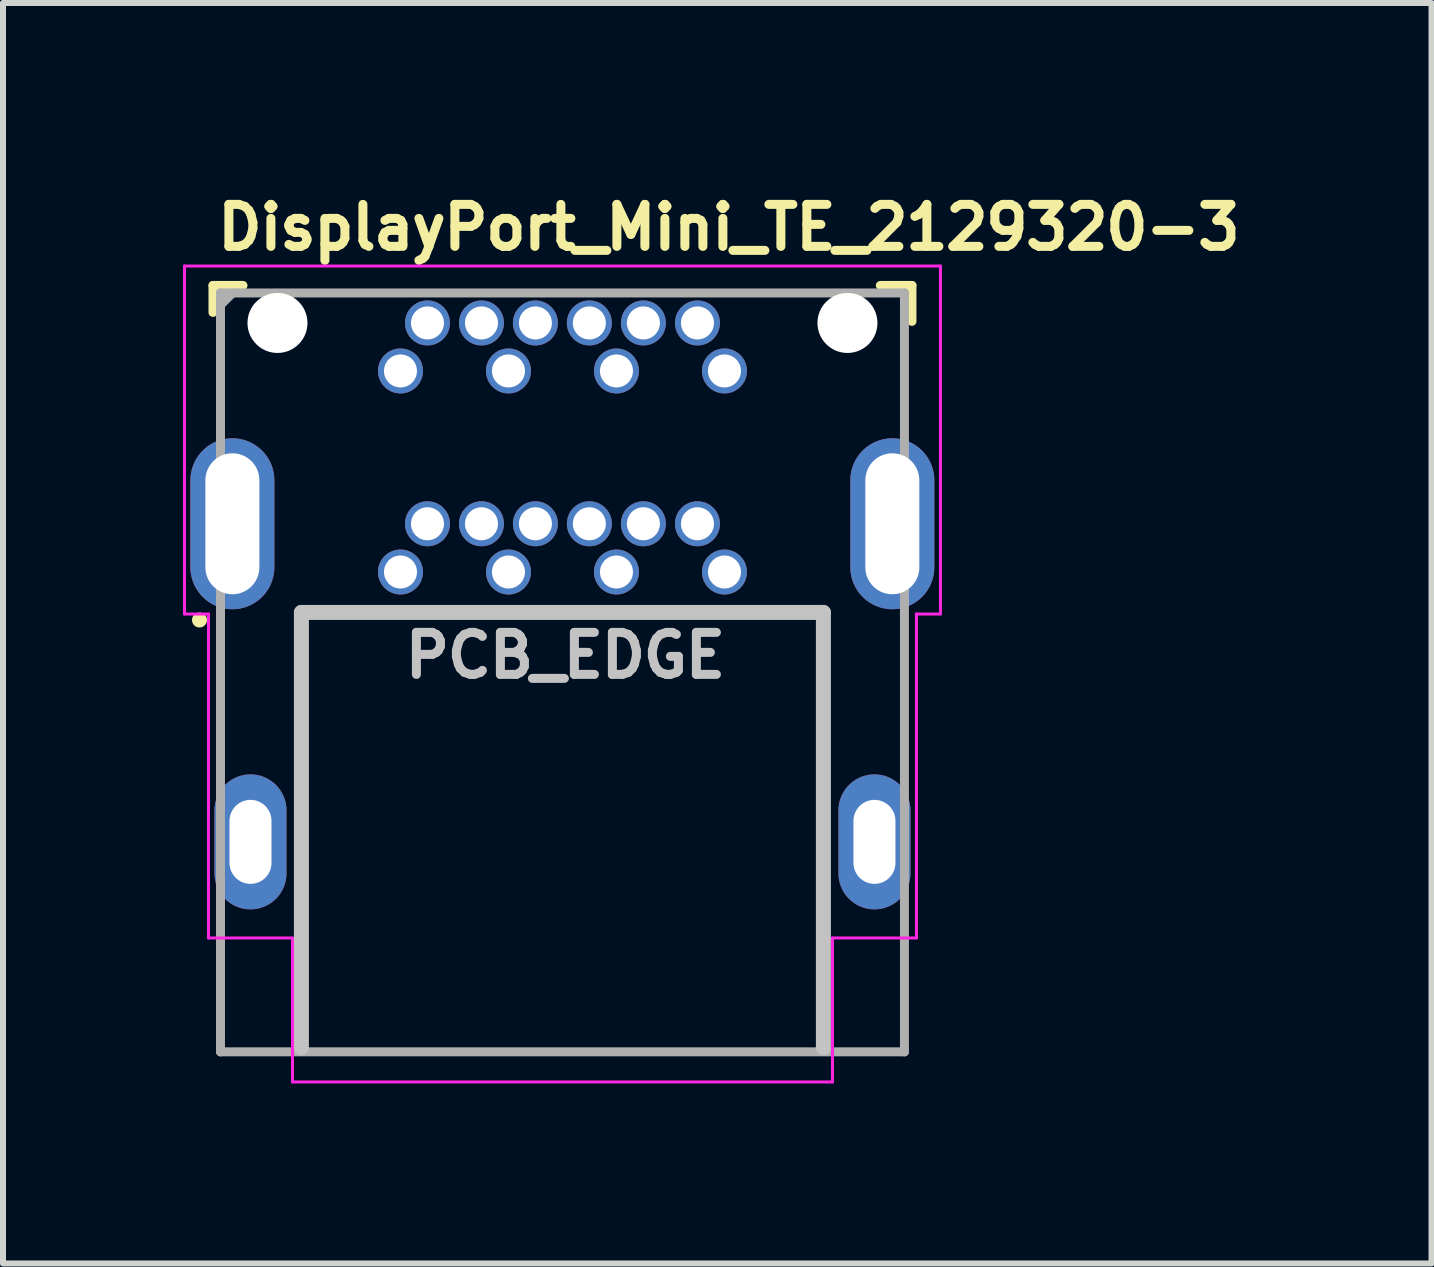
<source format=kicad_pcb>
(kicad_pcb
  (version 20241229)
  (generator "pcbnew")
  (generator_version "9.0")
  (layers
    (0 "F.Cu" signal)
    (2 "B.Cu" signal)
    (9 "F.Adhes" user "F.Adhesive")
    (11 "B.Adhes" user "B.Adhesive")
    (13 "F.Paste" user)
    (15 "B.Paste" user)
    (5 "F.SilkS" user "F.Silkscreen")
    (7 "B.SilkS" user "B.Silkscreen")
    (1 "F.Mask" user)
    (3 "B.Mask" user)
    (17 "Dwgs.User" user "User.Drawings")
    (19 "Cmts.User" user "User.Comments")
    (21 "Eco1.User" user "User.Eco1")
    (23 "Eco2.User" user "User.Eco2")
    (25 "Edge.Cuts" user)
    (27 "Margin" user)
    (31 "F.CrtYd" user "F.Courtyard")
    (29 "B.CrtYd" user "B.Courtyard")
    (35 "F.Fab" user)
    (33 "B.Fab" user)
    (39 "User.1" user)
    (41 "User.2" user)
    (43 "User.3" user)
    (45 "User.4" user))
  (footprint "DisplayPort_Mini_TE_2129320-3"
    (layer "F.Cu")
    (at 3.625 6.484)
    (property "Reference" "DisplayPort_Mini_TE_2129320-3" (at -3.125 -5.334 0) (layer "F.SilkS") (effects (font (size 0.7 0.7) (thickness 0.15)) (justify left bottom)))
    (attr through_hole)
    (fp_line (start -3.125 -4.776) (end -3.125 -4.327) (stroke (width 0.15) (type solid)) (layer "F.SilkS"))
    (fp_line (start -2.625 -4.776) (end -3.125 -4.776) (stroke (width 0.15) (type solid)) (layer "F.SilkS"))
    (fp_line (start 7.998 -4.776) (end 8.525 -4.776) (stroke (width 0.15) (type solid)) (layer "F.SilkS"))
    (fp_line (start 8.525 -4.776) (end 8.525 -4.178) (stroke (width 0.15) (type solid)) (layer "F.SilkS"))
    (fp_circle (center -3.35 0.8) (end -3.3 0.8) (stroke (width 0.15) (type solid)) (fill yes) (layer "F.SilkS"))
    (fp_line (start -1.651 0.674) (end -1.651 7.929) (stroke (width 0.25) (type solid)) (layer "Dwgs.User"))
    (fp_line (start -1.651 0.674) (end 7.049 0.674) (stroke (width 0.25) (type solid)) (layer "Dwgs.User"))
    (fp_line (start 7.049 0.674) (end 7.049 7.929) (stroke (width 0.25) (type solid)) (layer "Dwgs.User"))
    (fp_line (start -3.6 -5.1) (end 9 -5.1) (stroke (width 0.05) (type solid)) (layer "F.CrtYd"))
    (fp_line (start -3.6 0.7) (end -3.6 -5.1) (stroke (width 0.05) (type solid)) (layer "F.CrtYd"))
    (fp_line (start -3.6 0.7) (end -3.2 0.7) (stroke (width 0.05) (type solid)) (layer "F.CrtYd"))
    (fp_line (start -3.2 0.7) (end -3.2 6.1) (stroke (width 0.05) (type solid)) (layer "F.CrtYd"))
    (fp_line (start -3.2 6.1) (end -1.8 6.1) (stroke (width 0.05) (type solid)) (layer "F.CrtYd"))
    (fp_line (start -1.8 6.1) (end -1.8 8.5) (stroke (width 0.05) (type solid)) (layer "F.CrtYd"))
    (fp_line (start -1.8 8.5) (end 7.2 8.5) (stroke (width 0.05) (type solid)) (layer "F.CrtYd"))
    (fp_line (start 7.2 6.1) (end 7.2 8.5) (stroke (width 0.05) (type solid)) (layer "F.CrtYd"))
    (fp_line (start 8.6 0.7) (end 8.6 6.1) (stroke (width 0.05) (type solid)) (layer "F.CrtYd"))
    (fp_line (start 8.6 6.1) (end 7.2 6.1) (stroke (width 0.05) (type solid)) (layer "F.CrtYd"))
    (fp_line (start 9 -5.1) (end 9 0.7) (stroke (width 0.05) (type solid)) (layer "F.CrtYd"))
    (fp_line (start 9 0.7) (end 8.6 0.7) (stroke (width 0.05) (type solid)) (layer "F.CrtYd"))
    (fp_line (start -3 -4.651) (end -3 7.998) (stroke (width 0.15) (type solid)) (layer "F.Fab"))
    (fp_line (start -3 7.998) (end 8.4 7.998) (stroke (width 0.15) (type solid)) (layer "F.Fab"))
    (fp_line (start -2.8 -4.65) (end -3 -4.45) (stroke (width 0.15) (type solid)) (layer "F.Fab"))
    (fp_line (start 8.4 -4.651) (end -3 -4.651) (stroke (width 0.15) (type solid)) (layer "F.Fab"))
    (fp_line (start 8.4 -4.651) (end 8.4 7.998) (stroke (width 0.15) (type solid)) (layer "F.Fab"))
    (fp_rect (start -3 -4.601) (end 8.4 8.05) (stroke (width 0.1) (type solid)) (fill no) (layer "User.5"))
    (fp_line (start -3 -4.55) (end -3 -4.151) (stroke (width 0.02) (type solid)) (layer "User.9"))
    (fp_line (start -3 -4.151) (end -2.995 -4.151) (stroke (width 0.02) (type solid)) (layer "User.9"))
    (fp_line (start -3 0.05) (end -3 -4.151) (stroke (width 0.02) (type solid)) (layer "User.9"))
    (fp_line (start -3 0.05) (end -3 0.165) (stroke (width 0.02) (type solid)) (layer "User.9"))
    (fp_line (start -3 0.05) (end -2.995 0.05) (stroke (width 0.02) (type solid)) (layer "User.9"))
    (fp_line (start -3 0.165) (end -3 0.23) (stroke (width 0.02) (type solid)) (layer "User.9"))
    (fp_line (start -3 0.23) (end -2.601 0.23) (stroke (width 0.02) (type solid)) (layer "User.9"))
    (fp_line (start -2.995 -4.151) (end -2.995 -4.151) (stroke (width 0.02) (type solid)) (layer "User.9"))
    (fp_line (start -2.995 -4.151) (end -2.976 -4.151) (stroke (width 0.02) (type solid)) (layer "User.9"))
    (fp_line (start -2.995 0.05) (end -2.995 0.05) (stroke (width 0.02) (type solid)) (layer "User.9"))
    (fp_line (start -2.995 0.05) (end -2.976 0.05) (stroke (width 0.02) (type solid)) (layer "User.9"))
    (fp_line (start -2.976 -4.151) (end -2.976 -4.151) (stroke (width 0.02) (type solid)) (layer "User.9"))
    (fp_line (start -2.976 -4.151) (end -2.944 -4.151) (stroke (width 0.02) (type solid)) (layer "User.9"))
    (fp_line (start -2.976 0.05) (end -2.976 0.05) (stroke (width 0.02) (type solid)) (layer "User.9"))
    (fp_line (start -2.976 0.05) (end -2.944 0.05) (stroke (width 0.02) (type solid)) (layer "User.9"))
    (fp_line (start -2.944 -4.151) (end -2.944 -4.151) (stroke (width 0.02) (type solid)) (layer "User.9"))
    (fp_line (start -2.944 -4.151) (end -2.902 -4.151) (stroke (width 0.02) (type solid)) (layer "User.9"))
    (fp_line (start -2.944 0.05) (end -2.944 0.05) (stroke (width 0.02) (type solid)) (layer "User.9"))
    (fp_line (start -2.944 0.05) (end -2.902 0.05) (stroke (width 0.02) (type solid)) (layer "User.9"))
    (fp_line (start -2.902 -4.151) (end -2.902 -4.151) (stroke (width 0.02) (type solid)) (layer "User.9"))
    (fp_line (start -2.902 -4.151) (end -2.847 -4.151) (stroke (width 0.02) (type solid)) (layer "User.9"))
    (fp_line (start -2.902 0.05) (end -2.902 0.05) (stroke (width 0.02) (type solid)) (layer "User.9"))
    (fp_line (start -2.902 0.05) (end -2.847 0.05) (stroke (width 0.02) (type solid)) (layer "User.9"))
    (fp_line (start -2.847 -4.151) (end -2.847 -4.151) (stroke (width 0.02) (type solid)) (layer "User.9"))
    (fp_line (start -2.847 -4.151) (end -2.782 -4.151) (stroke (width 0.02) (type solid)) (layer "User.9"))
    (fp_line (start -2.847 0.05) (end -2.847 0.05) (stroke (width 0.02) (type solid)) (layer "User.9"))
    (fp_line (start -2.847 0.05) (end -2.782 0.05) (stroke (width 0.02) (type solid)) (layer "User.9"))
    (fp_line (start -2.782 -4.151) (end -2.782 -4.151) (stroke (width 0.02) (type solid)) (layer "User.9"))
    (fp_line (start -2.782 -4.151) (end -2.709 -4.151) (stroke (width 0.02) (type solid)) (layer "User.9"))
    (fp_line (start -2.782 0.05) (end -2.782 0.05) (stroke (width 0.02) (type solid)) (layer "User.9"))
    (fp_line (start -2.782 0.05) (end -2.709 0.05) (stroke (width 0.02) (type solid)) (layer "User.9"))
    (fp_line (start -2.709 -4.151) (end -2.709 -4.151) (stroke (width 0.02) (type solid)) (layer "User.9"))
    (fp_line (start -2.709 -4.151) (end -2.625 -4.151) (stroke (width 0.02) (type solid)) (layer "User.9"))
    (fp_line (start -2.709 0.05) (end -2.709 0.05) (stroke (width 0.02) (type solid)) (layer "User.9"))
    (fp_line (start -2.709 0.05) (end -2.625 0.05) (stroke (width 0.02) (type solid)) (layer "User.9"))
    (fp_line (start -2.702 4.049) (end -2.702 5.049) (stroke (width 0.02) (type solid)) (layer "User.9"))
    (fp_line (start -2.702 5.049) (end -2.702 5.849) (stroke (width 0.02) (type solid)) (layer "User.9"))
    (fp_line (start -2.685 4.049) (end -2.702 4.049) (stroke (width 0.02) (type solid)) (layer "User.9"))
    (fp_line (start -2.685 4.049) (end -2.685 4.049) (stroke (width 0.02) (type solid)) (layer "User.9"))
    (fp_line (start -2.685 5.849) (end -2.702 5.849) (stroke (width 0.02) (type solid)) (layer "User.9"))
    (fp_line (start -2.685 5.849) (end -2.685 5.849) (stroke (width 0.02) (type solid)) (layer "User.9"))
    (fp_line (start -2.641 4.049) (end -2.685 4.049) (stroke (width 0.02) (type solid)) (layer "User.9"))
    (fp_line (start -2.641 4.049) (end -2.641 4.049) (stroke (width 0.02) (type solid)) (layer "User.9"))
    (fp_line (start -2.641 5.849) (end -2.685 5.849) (stroke (width 0.02) (type solid)) (layer "User.9"))
    (fp_line (start -2.641 5.849) (end -2.641 5.849) (stroke (width 0.02) (type solid)) (layer "User.9"))
    (fp_line (start -2.625 -4.151) (end -2.625 -4.151) (stroke (width 0.02) (type solid)) (layer "User.9"))
    (fp_line (start -2.625 -4.151) (end -2.435 -4.151) (stroke (width 0.02) (type solid)) (layer "User.9"))
    (fp_line (start -2.625 0.05) (end -2.625 0.05) (stroke (width 0.02) (type solid)) (layer "User.9"))
    (fp_line (start -2.625 0.05) (end -2.435 0.05) (stroke (width 0.02) (type solid)) (layer "User.9"))
    (fp_line (start -2.601 -4.55) (end -3 -4.55) (stroke (width 0.02) (type solid)) (layer "User.9"))
    (fp_line (start -2.601 -4.55) (end -2.601 -4.151) (stroke (width 0.02) (type solid)) (layer "User.9"))
    (fp_line (start -2.601 0.05) (end -2.601 0.165) (stroke (width 0.02) (type solid)) (layer "User.9"))
    (fp_line (start -2.601 0.165) (end -2.601 0.23) (stroke (width 0.02) (type solid)) (layer "User.9"))
    (fp_line (start -2.57 4.049) (end -2.641 4.049) (stroke (width 0.02) (type solid)) (layer "User.9"))
    (fp_line (start -2.57 4.049) (end -2.57 4.049) (stroke (width 0.02) (type solid)) (layer "User.9"))
    (fp_line (start -2.57 5.849) (end -2.641 5.849) (stroke (width 0.02) (type solid)) (layer "User.9"))
    (fp_line (start -2.57 5.849) (end -2.57 5.849) (stroke (width 0.02) (type solid)) (layer "User.9"))
    (fp_line (start -2.551 -4.601) (end -2.5 -4.601) (stroke (width 0.02) (type solid)) (layer "User.9"))
    (fp_line (start -2.551 -4.151) (end -2.551 -4.601) (stroke (width 0.02) (type solid)) (layer "User.9"))
    (fp_line (start -2.551 0.45) (end -2.551 0.05) (stroke (width 0.02) (type solid)) (layer "User.9"))
    (fp_line (start -2.551 0.45) (end -2.551 2.85) (stroke (width 0.02) (type solid)) (layer "User.9"))
    (fp_line (start -2.551 2.85) (end -2.351 3.048) (stroke (width 0.02) (type solid)) (layer "User.9"))
    (fp_line (start -2.536 0.45) (end -2.551 0.45) (stroke (width 0.02) (type solid)) (layer "User.9"))
    (fp_line (start -2.536 0.45) (end -2.536 0.45) (stroke (width 0.02) (type solid)) (layer "User.9"))
    (fp_line (start -2.525 4.049) (end -2.57 4.049) (stroke (width 0.02) (type solid)) (layer "User.9"))
    (fp_line (start -2.525 4.049) (end -2.525 4.049) (stroke (width 0.02) (type solid)) (layer "User.9"))
    (fp_line (start -2.525 5.849) (end -2.57 5.849) (stroke (width 0.02) (type solid)) (layer "User.9"))
    (fp_line (start -2.525 5.849) (end -2.525 5.849) (stroke (width 0.02) (type solid)) (layer "User.9"))
    (fp_line (start -2.5 -4.601) (end -2.5 -4.202) (stroke (width 0.02) (type solid)) (layer "User.9"))
    (fp_line (start -2.5 -4.601) (end -2.301 -4.601) (stroke (width 0.02) (type solid)) (layer "User.9"))
    (fp_line (start -2.5 -4.202) (end -2.301 -4.202) (stroke (width 0.02) (type solid)) (layer "User.9"))
    (fp_line (start -2.492 0.45) (end -2.536 0.45) (stroke (width 0.02) (type solid)) (layer "User.9"))
    (fp_line (start -2.492 0.45) (end -2.492 0.45) (stroke (width 0.02) (type solid)) (layer "User.9"))
    (fp_line (start -2.435 -4.151) (end -2.435 -4.151) (stroke (width 0.02) (type solid)) (layer "User.9"))
    (fp_line (start -2.435 -4.151) (end -2 -4.151) (stroke (width 0.02) (type solid)) (layer "User.9"))
    (fp_line (start -2.435 0.05) (end -2.435 0.05) (stroke (width 0.02) (type solid)) (layer "User.9"))
    (fp_line (start -2.435 0.05) (end -2 0.05) (stroke (width 0.02) (type solid)) (layer "User.9"))
    (fp_line (start -2.42 0.45) (end -2.492 0.45) (stroke (width 0.02) (type solid)) (layer "User.9"))
    (fp_line (start -2.42 0.45) (end -2.42 0.45) (stroke (width 0.02) (type solid)) (layer "User.9"))
    (fp_line (start -2.375 0.45) (end -2.42 0.45) (stroke (width 0.02) (type solid)) (layer "User.9"))
    (fp_line (start -2.375 0.45) (end -2.375 0.45) (stroke (width 0.02) (type solid)) (layer "User.9"))
    (fp_line (start -2.351 3.048) (end -1.69 3.048) (stroke (width 0.02) (type solid)) (layer "User.9"))
    (fp_line (start -2.301 -4.601) (end -1.401 -4.601) (stroke (width 0.02) (type solid)) (layer "User.9"))
    (fp_line (start -2.301 -4.202) (end -1.401 -4.202) (stroke (width 0.02) (type solid)) (layer "User.9"))
    (fp_line (start -2.101 4.049) (end -2.525 4.049) (stroke (width 0.02) (type solid)) (layer "User.9"))
    (fp_line (start -2.101 5.849) (end -2.525 5.849) (stroke (width 0.02) (type solid)) (layer "User.9"))
    (fp_line (start -2 0.05) (end -0.102 0.05) (stroke (width 0.02) (type solid)) (layer "User.9"))
    (fp_line (start -1.95 -4.151) (end -1.2 -4.151) (stroke (width 0.02) (type solid)) (layer "User.9"))
    (fp_line (start -1.95 0.45) (end -2.375 0.45) (stroke (width 0.02) (type solid)) (layer "User.9"))
    (fp_line (start -1.801 -4.151) (end -2 -4.151) (stroke (width 0.02) (type solid)) (layer "User.9"))
    (fp_line (start -1.79 -4.151) (end -1.801 -4.151) (stroke (width 0.02) (type solid)) (layer "User.9"))
    (fp_line (start -1.78 -4.149) (end -1.79 -4.151) (stroke (width 0.02) (type solid)) (layer "User.9"))
    (fp_line (start -1.77 -4.148) (end -1.78 -4.149) (stroke (width 0.02) (type solid)) (layer "User.9"))
    (fp_line (start -1.76 -4.146) (end -1.77 -4.148) (stroke (width 0.02) (type solid)) (layer "User.9"))
    (fp_line (start -1.752 -4.145) (end -1.76 -4.146) (stroke (width 0.02) (type solid)) (layer "User.9"))
    (fp_line (start -1.742 -4.143) (end -1.752 -4.145) (stroke (width 0.02) (type solid)) (layer "User.9"))
    (fp_line (start -1.732 -4.138) (end -1.742 -4.143) (stroke (width 0.02) (type solid)) (layer "User.9"))
    (fp_line (start -1.724 -4.135) (end -1.732 -4.138) (stroke (width 0.02) (type solid)) (layer "User.9"))
    (fp_line (start -1.714 -4.132) (end -1.724 -4.135) (stroke (width 0.02) (type solid)) (layer "User.9"))
    (fp_line (start -1.706 -4.127) (end -1.714 -4.132) (stroke (width 0.02) (type solid)) (layer "User.9"))
    (fp_line (start -1.698 -4.122) (end -1.706 -4.127) (stroke (width 0.02) (type solid)) (layer "User.9"))
    (fp_line (start -1.69 -4.116) (end -1.698 -4.122) (stroke (width 0.02) (type solid)) (layer "User.9"))
    (fp_line (start -1.69 3.048) (end -1.49 2.85) (stroke (width 0.02) (type solid)) (layer "User.9"))
    (fp_line (start -1.682 -4.111) (end -1.69 -4.116) (stroke (width 0.02) (type solid)) (layer "User.9"))
    (fp_line (start -1.674 -4.106) (end -1.682 -4.111) (stroke (width 0.02) (type solid)) (layer "User.9"))
    (fp_line (start -1.666 -4.1) (end -1.674 -4.106) (stroke (width 0.02) (type solid)) (layer "User.9"))
    (fp_line (start -1.659 -4.093) (end -1.666 -4.1) (stroke (width 0.02) (type solid)) (layer "User.9"))
    (fp_line (start -1.653 -4.085) (end -1.659 -4.093) (stroke (width 0.02) (type solid)) (layer "User.9"))
    (fp_line (start -1.651 4.049) (end -2.101 4.049) (stroke (width 0.02) (type solid)) (layer "User.9"))
    (fp_line (start -1.651 5.849) (end -2.101 5.849) (stroke (width 0.02) (type solid)) (layer "User.9"))
    (fp_line (start -1.647 -4.079) (end -1.653 -4.085) (stroke (width 0.02) (type solid)) (layer "User.9"))
    (fp_line (start -1.641 -4.071) (end -1.647 -4.079) (stroke (width 0.02) (type solid)) (layer "User.9"))
    (fp_line (start -1.635 -4.063) (end -1.641 -4.071) (stroke (width 0.02) (type solid)) (layer "User.9"))
    (fp_line (start -1.629 -4.055) (end -1.635 -4.063) (stroke (width 0.02) (type solid)) (layer "User.9"))
    (fp_line (start -1.625 -4.047) (end -1.629 -4.055) (stroke (width 0.02) (type solid)) (layer "User.9"))
    (fp_line (start -1.621 -4.037) (end -1.625 -4.047) (stroke (width 0.02) (type solid)) (layer "User.9"))
    (fp_line (start -1.617 -4.029) (end -1.621 -4.037) (stroke (width 0.02) (type solid)) (layer "User.9"))
    (fp_line (start -1.613 -4.02) (end -1.617 -4.029) (stroke (width 0.02) (type solid)) (layer "User.9"))
    (fp_line (start -1.609 -4.01) (end -1.613 -4.02) (stroke (width 0.02) (type solid)) (layer "User.9"))
    (fp_line (start -1.607 -4) (end -1.609 -4.01) (stroke (width 0.02) (type solid)) (layer "User.9"))
    (fp_line (start -1.605 -3.992) (end -1.607 -4) (stroke (width 0.02) (type solid)) (layer "User.9"))
    (fp_line (start -1.603 -3.981) (end -1.605 -3.992) (stroke (width 0.02) (type solid)) (layer "User.9"))
    (fp_line (start -1.603 -3.972) (end -1.603 -3.981) (stroke (width 0.02) (type solid)) (layer "User.9"))
    (fp_line (start -1.601 -3.962) (end -1.603 -3.972) (stroke (width 0.02) (type solid)) (layer "User.9"))
    (fp_line (start -1.601 -3.951) (end -1.601 -3.962) (stroke (width 0.02) (type solid)) (layer "User.9"))
    (fp_line (start -1.601 -3.951) (end -1.601 -3.94) (stroke (width 0.02) (type solid)) (layer "User.9"))
    (fp_line (start -1.601 -3.94) (end -1.599 -3.931) (stroke (width 0.02) (type solid)) (layer "User.9"))
    (fp_line (start -1.599 -3.931) (end -1.599 -3.92) (stroke (width 0.02) (type solid)) (layer "User.9"))
    (fp_line (start -1.599 -3.92) (end -1.597 -3.911) (stroke (width 0.02) (type solid)) (layer "User.9"))
    (fp_line (start -1.597 -3.911) (end -1.595 -3.902) (stroke (width 0.02) (type solid)) (layer "User.9"))
    (fp_line (start -1.595 -3.902) (end -1.591 -3.891) (stroke (width 0.02) (type solid)) (layer "User.9"))
    (fp_line (start -1.595 5.475) (end -1.428 5.554) (stroke (width 0.02) (type solid)) (layer "User.9"))
    (fp_line (start -1.591 -3.891) (end -1.589 -3.883) (stroke (width 0.02) (type solid)) (layer "User.9"))
    (fp_line (start -1.589 -3.883) (end -1.585 -3.874) (stroke (width 0.02) (type solid)) (layer "User.9"))
    (fp_line (start -1.585 -3.874) (end -1.581 -3.864) (stroke (width 0.02) (type solid)) (layer "User.9"))
    (fp_line (start -1.581 -3.864) (end -1.577 -3.855) (stroke (width 0.02) (type solid)) (layer "User.9"))
    (fp_line (start -1.577 -3.855) (end -1.573 -3.847) (stroke (width 0.02) (type solid)) (layer "User.9"))
    (fp_line (start -1.573 -3.847) (end -1.567 -3.839) (stroke (width 0.02) (type solid)) (layer "User.9"))
    (fp_line (start -1.567 -3.839) (end -1.561 -3.831) (stroke (width 0.02) (type solid)) (layer "User.9"))
    (fp_line (start -1.561 -3.831) (end -1.555 -3.823) (stroke (width 0.02) (type solid)) (layer "User.9"))
    (fp_line (start -1.555 -3.823) (end -1.549 -3.817) (stroke (width 0.02) (type solid)) (layer "User.9"))
    (fp_line (start -1.549 -3.817) (end -1.543 -3.81) (stroke (width 0.02) (type solid)) (layer "User.9"))
    (fp_line (start -1.543 -3.81) (end -1.536 -3.803) (stroke (width 0.02) (type solid)) (layer "User.9"))
    (fp_line (start -1.536 -3.803) (end -1.528 -3.797) (stroke (width 0.02) (type solid)) (layer "User.9"))
    (fp_line (start -1.528 -3.797) (end -1.52 -3.79) (stroke (width 0.02) (type solid)) (layer "User.9"))
    (fp_line (start -1.52 -3.79) (end -1.512 -3.786) (stroke (width 0.02) (type solid)) (layer "User.9"))
    (fp_line (start -1.512 -3.786) (end -1.504 -3.781) (stroke (width 0.02) (type solid)) (layer "User.9"))
    (fp_line (start -1.504 -3.781) (end -1.496 -3.775) (stroke (width 0.02) (type solid)) (layer "User.9"))
    (fp_line (start -1.496 -3.775) (end -1.488 -3.77) (stroke (width 0.02) (type solid)) (layer "User.9"))
    (fp_line (start -1.49 2.85) (end -1.49 0.45) (stroke (width 0.02) (type solid)) (layer "User.9"))
    (fp_line (start -1.488 -3.77) (end -1.478 -3.766) (stroke (width 0.02) (type solid)) (layer "User.9"))
    (fp_line (start -1.478 -3.766) (end -1.47 -3.763) (stroke (width 0.02) (type solid)) (layer "User.9"))
    (fp_line (start -1.47 -3.763) (end -1.46 -3.761) (stroke (width 0.02) (type solid)) (layer "User.9"))
    (fp_line (start -1.46 -3.761) (end -1.45 -3.758) (stroke (width 0.02) (type solid)) (layer "User.9"))
    (fp_line (start -1.45 -3.758) (end -1.442 -3.755) (stroke (width 0.02) (type solid)) (layer "User.9"))
    (fp_line (start -1.45 1.658) (end -1.45 3.171) (stroke (width 0.02) (type solid)) (layer "User.9"))
    (fp_line (start -1.45 1.66) (end -1.45 0.45) (stroke (width 0.02) (type solid)) (layer "User.9"))
    (fp_line (start -1.45 1.66) (end -1.44 1.723) (stroke (width 0.02) (type solid)) (layer "User.9"))
    (fp_line (start -1.45 3.171) (end -1.428 3.335) (stroke (width 0.02) (type solid)) (layer "User.9"))
    (fp_line (start -1.45 4.049) (end -1.651 4.049) (stroke (width 0.02) (type solid)) (layer "User.9"))
    (fp_line (start -1.45 5.171) (end -1.45 3.171) (stroke (width 0.02) (type solid)) (layer "User.9"))
    (fp_line (start -1.45 5.849) (end -1.651 5.849) (stroke (width 0.02) (type solid)) (layer "User.9"))
    (fp_line (start -1.45 6.06) (end -1.45 5.544) (stroke (width 0.02) (type solid)) (layer "User.9"))
    (fp_line (start -1.45 6.249) (end -1.45 6.06) (stroke (width 0.02) (type solid)) (layer "User.9"))
    (fp_line (start -1.45 8.05) (end -1.45 6.249) (stroke (width 0.02) (type solid)) (layer "User.9"))
    (fp_line (start -1.442 -3.755) (end -1.432 -3.754) (stroke (width 0.02) (type solid)) (layer "User.9"))
    (fp_line (start -1.44 1.723) (end -1.438 1.737) (stroke (width 0.02) (type solid)) (layer "User.9"))
    (fp_line (start -1.44 6.187) (end -1.45 6.249) (stroke (width 0.02) (type solid)) (layer "User.9"))
    (fp_line (start -1.438 1.737) (end -1.436 1.751) (stroke (width 0.02) (type solid)) (layer "User.9"))
    (fp_line (start -1.436 1.751) (end -1.434 1.767) (stroke (width 0.02) (type solid)) (layer "User.9"))
    (fp_line (start -1.436 6.16) (end -1.44 6.187) (stroke (width 0.02) (type solid)) (layer "User.9"))
    (fp_line (start -1.434 1.767) (end -1.432 1.785) (stroke (width 0.02) (type solid)) (layer "User.9"))
    (fp_line (start -1.432 -3.754) (end -1.422 -3.753) (stroke (width 0.02) (type solid)) (layer "User.9"))
    (fp_line (start -1.432 1.785) (end -1.43 1.802) (stroke (width 0.02) (type solid)) (layer "User.9"))
    (fp_line (start -1.432 6.126) (end -1.436 6.16) (stroke (width 0.02) (type solid)) (layer "User.9"))
    (fp_line (start -1.43 1.802) (end -1.428 1.82) (stroke (width 0.02) (type solid)) (layer "User.9"))
    (fp_line (start -1.43 6.108) (end -1.432 6.126) (stroke (width 0.02) (type solid)) (layer "User.9"))
    (fp_line (start -1.428 1.82) (end -1.428 1.84) (stroke (width 0.02) (type solid)) (layer "User.9"))
    (fp_line (start -1.428 1.84) (end -1.428 1.86) (stroke (width 0.02) (type solid)) (layer "User.9"))
    (fp_line (start -1.428 1.86) (end -1.428 6.049) (stroke (width 0.02) (type solid)) (layer "User.9"))
    (fp_line (start -1.428 5.121) (end -1.595 5.475) (stroke (width 0.02) (type solid)) (layer "User.9"))
    (fp_line (start -1.428 6.049) (end -1.428 6.07) (stroke (width 0.02) (type solid)) (layer "User.9"))
    (fp_line (start -1.428 6.07) (end -1.428 6.089) (stroke (width 0.02) (type solid)) (layer "User.9"))
    (fp_line (start -1.428 6.089) (end -1.43 6.108) (stroke (width 0.02) (type solid)) (layer "User.9"))
    (fp_line (start -1.422 -3.753) (end -1.412 -3.751) (stroke (width 0.02) (type solid)) (layer "User.9"))
    (fp_line (start -1.412 -3.751) (end -1.401 -3.751) (stroke (width 0.02) (type solid)) (layer "User.9"))
    (fp_line (start -1.401 -4.601) (end -1.2 -4.601) (stroke (width 0.02) (type solid)) (layer "User.9"))
    (fp_line (start -1.401 -4.202) (end -1.2 -4.202) (stroke (width 0.02) (type solid)) (layer "User.9"))
    (fp_line (start -1.401 -3.751) (end -1.401 -3.751) (stroke (width 0.02) (type solid)) (layer "User.9"))
    (fp_line (start -1.401 -3.751) (end -1.391 -3.751) (stroke (width 0.02) (type solid)) (layer "User.9"))
    (fp_line (start -1.391 -3.751) (end -1.381 -3.753) (stroke (width 0.02) (type solid)) (layer "User.9"))
    (fp_line (start -1.381 -3.753) (end -1.371 -3.754) (stroke (width 0.02) (type solid)) (layer "User.9"))
    (fp_line (start -1.371 -3.754) (end -1.361 -3.755) (stroke (width 0.02) (type solid)) (layer "User.9"))
    (fp_line (start -1.361 -3.755) (end -1.351 -3.758) (stroke (width 0.02) (type solid)) (layer "User.9"))
    (fp_line (start -1.351 -3.758) (end -1.341 -3.761) (stroke (width 0.02) (type solid)) (layer "User.9"))
    (fp_line (start -1.341 -3.761) (end -1.333 -3.763) (stroke (width 0.02) (type solid)) (layer "User.9"))
    (fp_line (start -1.333 -3.763) (end -1.323 -3.766) (stroke (width 0.02) (type solid)) (layer "User.9"))
    (fp_line (start -1.323 -3.766) (end -1.315 -3.77) (stroke (width 0.02) (type solid)) (layer "User.9"))
    (fp_line (start -1.315 -3.77) (end -1.305 -3.775) (stroke (width 0.02) (type solid)) (layer "User.9"))
    (fp_line (start -1.305 -3.775) (end -1.297 -3.781) (stroke (width 0.02) (type solid)) (layer "User.9"))
    (fp_line (start -1.297 -3.781) (end -1.289 -3.786) (stroke (width 0.02) (type solid)) (layer "User.9"))
    (fp_line (start -1.289 -3.786) (end -1.281 -3.79) (stroke (width 0.02) (type solid)) (layer "User.9"))
    (fp_line (start -1.281 -3.79) (end -1.274 -3.797) (stroke (width 0.02) (type solid)) (layer "User.9"))
    (fp_line (start -1.274 -3.797) (end -1.266 -3.803) (stroke (width 0.02) (type solid)) (layer "User.9"))
    (fp_line (start -1.266 -3.803) (end -1.26 -3.81) (stroke (width 0.02) (type solid)) (layer "User.9"))
    (fp_line (start -1.26 -3.81) (end -1.252 -3.817) (stroke (width 0.02) (type solid)) (layer "User.9"))
    (fp_line (start -1.252 -3.817) (end -1.246 -3.823) (stroke (width 0.02) (type solid)) (layer "User.9"))
    (fp_line (start -1.246 -3.823) (end -1.24 -3.831) (stroke (width 0.02) (type solid)) (layer "User.9"))
    (fp_line (start -1.24 -3.831) (end -1.236 -3.839) (stroke (width 0.02) (type solid)) (layer "User.9"))
    (fp_line (start -1.236 -3.839) (end -1.23 -3.847) (stroke (width 0.02) (type solid)) (layer "User.9"))
    (fp_line (start -1.232 8.05) (end -1.45 8.05) (stroke (width 0.02) (type solid)) (layer "User.9"))
    (fp_line (start -1.23 -3.847) (end -1.226 -3.855) (stroke (width 0.02) (type solid)) (layer "User.9"))
    (fp_line (start -1.226 -3.855) (end -1.22 -3.864) (stroke (width 0.02) (type solid)) (layer "User.9"))
    (fp_line (start -1.22 -3.864) (end -1.216 -3.874) (stroke (width 0.02) (type solid)) (layer "User.9"))
    (fp_line (start -1.216 -3.874) (end -1.214 -3.883) (stroke (width 0.02) (type solid)) (layer "User.9"))
    (fp_line (start -1.214 -3.883) (end -1.21 -3.891) (stroke (width 0.02) (type solid)) (layer "User.9"))
    (fp_line (start -1.21 -3.891) (end -1.208 -3.902) (stroke (width 0.02) (type solid)) (layer "User.9"))
    (fp_line (start -1.208 -3.902) (end -1.206 -3.911) (stroke (width 0.02) (type solid)) (layer "User.9"))
    (fp_line (start -1.206 -3.911) (end -1.204 -3.92) (stroke (width 0.02) (type solid)) (layer "User.9"))
    (fp_line (start -1.204 -3.92) (end -1.202 -3.931) (stroke (width 0.02) (type solid)) (layer "User.9"))
    (fp_line (start -1.202 -3.94) (end -1.2 -3.951) (stroke (width 0.02) (type solid)) (layer "User.9"))
    (fp_line (start -1.202 -3.931) (end -1.202 -3.94) (stroke (width 0.02) (type solid)) (layer "User.9"))
    (fp_line (start -1.2 -4.585) (end -1.2 -4.601) (stroke (width 0.02) (type solid)) (layer "User.9"))
    (fp_line (start -1.2 -4.585) (end -1.2 -4.585) (stroke (width 0.02) (type solid)) (layer "User.9"))
    (fp_line (start -1.2 -4.542) (end -1.2 -4.585) (stroke (width 0.02) (type solid)) (layer "User.9"))
    (fp_line (start -1.2 -4.542) (end -1.2 -4.542) (stroke (width 0.02) (type solid)) (layer "User.9"))
    (fp_line (start -1.2 -4.47) (end -1.2 -4.542) (stroke (width 0.02) (type solid)) (layer "User.9"))
    (fp_line (start -1.2 -4.47) (end -1.2 -4.47) (stroke (width 0.02) (type solid)) (layer "User.9"))
    (fp_line (start -1.2 -4.425) (end -1.2 -4.47) (stroke (width 0.02) (type solid)) (layer "User.9"))
    (fp_line (start -1.2 -4.425) (end -1.2 -4.425) (stroke (width 0.02) (type solid)) (layer "User.9"))
    (fp_line (start -1.2 -4) (end -1.2 -4.425) (stroke (width 0.02) (type solid)) (layer "User.9"))
    (fp_line (start -1.2 -4) (end -1.2 -3.951) (stroke (width 0.02) (type solid)) (layer "User.9"))
    (fp_line (start -1.2 -3.951) (end -1.601 -3.951) (stroke (width 0.02) (type solid)) (layer "User.9"))
    (fp_line (start -0.861 0.45) (end -1.95 0.45) (stroke (width 0.02) (type solid)) (layer "User.9"))
    (fp_line (start -0.631 0.45) (end -0.861 0.45) (stroke (width 0.02) (type solid)) (layer "User.9"))
    (fp_line (start -0.631 8.05) (end -1.232 8.05) (stroke (width 0.02) (type solid)) (layer "User.9"))
    (fp_line (start -0.3 0.45) (end -0.631 0.45) (stroke (width 0.02) (type solid)) (layer "User.9"))
    (fp_line (start -0.3 0.45) (end -0.298 0.449) (stroke (width 0.02) (type solid)) (layer "User.9"))
    (fp_line (start -0.298 0.449) (end -0.296 0.449) (stroke (width 0.02) (type solid)) (layer "User.9"))
    (fp_line (start -0.296 0.449) (end -0.293 0.449) (stroke (width 0.02) (type solid)) (layer "User.9"))
    (fp_line (start -0.293 0.449) (end -0.291 0.449) (stroke (width 0.02) (type solid)) (layer "User.9"))
    (fp_line (start -0.291 0.449) (end -0.3 0.45) (stroke (width 0.02) (type solid)) (layer "User.9"))
    (fp_line (start -0.291 0.449) (end -0.289 0.449) (stroke (width 0.02) (type solid)) (layer "User.9"))
    (fp_line (start -0.289 0.449) (end -0.287 0.449) (stroke (width 0.02) (type solid)) (layer "User.9"))
    (fp_line (start -0.287 0.449) (end -0.284 0.449) (stroke (width 0.02) (type solid)) (layer "User.9"))
    (fp_line (start -0.284 0.449) (end -0.282 0.449) (stroke (width 0.02) (type solid)) (layer "User.9"))
    (fp_line (start -0.282 0.449) (end -0.291 0.449) (stroke (width 0.02) (type solid)) (layer "User.9"))
    (fp_line (start -0.272 0.446) (end -0.282 0.449) (stroke (width 0.02) (type solid)) (layer "User.9"))
    (fp_line (start -0.263 0.445) (end -0.272 0.446) (stroke (width 0.02) (type solid)) (layer "User.9"))
    (fp_line (start -0.252 0.443) (end -0.263 0.445) (stroke (width 0.02) (type solid)) (layer "User.9"))
    (fp_line (start -0.243 0.44) (end -0.252 0.443) (stroke (width 0.02) (type solid)) (layer "User.9"))
    (fp_line (start -0.234 0.437) (end -0.243 0.44) (stroke (width 0.02) (type solid)) (layer "User.9"))
    (fp_line (start -0.224 0.433) (end -0.234 0.437) (stroke (width 0.02) (type solid)) (layer "User.9"))
    (fp_line (start -0.215 0.429) (end -0.224 0.433) (stroke (width 0.02) (type solid)) (layer "User.9"))
    (fp_line (start -0.207 0.425) (end -0.215 0.429) (stroke (width 0.02) (type solid)) (layer "User.9"))
    (fp_line (start -0.202 -4.601) (end -1.2 -4.601) (stroke (width 0.02) (type solid)) (layer "User.9"))
    (fp_line (start -0.202 -4.601) (end -0.202 -4.598) (stroke (width 0.02) (type solid)) (layer "User.9"))
    (fp_line (start -0.202 -4.601) (end 0 -4.601) (stroke (width 0.02) (type solid)) (layer "User.9"))
    (fp_line (start -0.202 -4.598) (end -0.202 -4.598) (stroke (width 0.02) (type solid)) (layer "User.9"))
    (fp_line (start -0.202 -4.598) (end -0.202 -4.568) (stroke (width 0.02) (type solid)) (layer "User.9"))
    (fp_line (start -0.202 -4.568) (end -0.202 -4.568) (stroke (width 0.02) (type solid)) (layer "User.9"))
    (fp_line (start -0.202 -4.568) (end -0.202 -4.51) (stroke (width 0.02) (type solid)) (layer "User.9"))
    (fp_line (start -0.202 -4.51) (end -0.202 -4.51) (stroke (width 0.02) (type solid)) (layer "User.9"))
    (fp_line (start -0.202 -4.51) (end -0.202 -4.425) (stroke (width 0.02) (type solid)) (layer "User.9"))
    (fp_line (start -0.202 -4.425) (end -0.202 -4.425) (stroke (width 0.02) (type solid)) (layer "User.9"))
    (fp_line (start -0.202 -4.425) (end -0.202 -4) (stroke (width 0.02) (type solid)) (layer "User.9"))
    (fp_line (start -0.202 -4.202) (end 0 -4.202) (stroke (width 0.02) (type solid)) (layer "User.9"))
    (fp_line (start -0.202 -4.151) (end 5.599 -4.151) (stroke (width 0.02) (type solid)) (layer "User.9"))
    (fp_line (start -0.202 -3.951) (end -0.202 -4) (stroke (width 0.02) (type solid)) (layer "User.9"))
    (fp_line (start -0.202 -3.951) (end -0.201 -3.942) (stroke (width 0.02) (type solid)) (layer "User.9"))
    (fp_line (start -0.201 -3.942) (end -0.201 -3.931) (stroke (width 0.02) (type solid)) (layer "User.9"))
    (fp_line (start -0.201 -3.931) (end -0.199 -3.922) (stroke (width 0.02) (type solid)) (layer "User.9"))
    (fp_line (start -0.199 -3.922) (end -0.198 -3.911) (stroke (width 0.02) (type solid)) (layer "User.9"))
    (fp_line (start -0.199 0.42) (end -0.207 0.425) (stroke (width 0.02) (type solid)) (layer "User.9"))
    (fp_line (start -0.198 -3.911) (end -0.195 -3.903) (stroke (width 0.02) (type solid)) (layer "User.9"))
    (fp_line (start -0.195 -3.903) (end -0.192 -3.892) (stroke (width 0.02) (type solid)) (layer "User.9"))
    (fp_line (start -0.192 -3.892) (end -0.189 -3.883) (stroke (width 0.02) (type solid)) (layer "User.9"))
    (fp_line (start -0.189 -3.883) (end -0.185 -3.875) (stroke (width 0.02) (type solid)) (layer "User.9"))
    (fp_line (start -0.189 0.416) (end -0.199 0.42) (stroke (width 0.02) (type solid)) (layer "User.9"))
    (fp_line (start -0.185 -3.875) (end -0.181 -3.866) (stroke (width 0.02) (type solid)) (layer "User.9"))
    (fp_line (start -0.181 -3.866) (end -0.177 -3.856) (stroke (width 0.02) (type solid)) (layer "User.9"))
    (fp_line (start -0.181 0.41) (end -0.189 0.416) (stroke (width 0.02) (type solid)) (layer "User.9"))
    (fp_line (start -0.177 -3.856) (end -0.173 -3.848) (stroke (width 0.02) (type solid)) (layer "User.9"))
    (fp_line (start -0.174 0.404) (end -0.181 0.41) (stroke (width 0.02) (type solid)) (layer "User.9"))
    (fp_line (start -0.173 -3.848) (end -0.168 -3.84) (stroke (width 0.02) (type solid)) (layer "User.9"))
    (fp_line (start -0.168 -3.84) (end -0.162 -3.833) (stroke (width 0.02) (type solid)) (layer "User.9"))
    (fp_line (start -0.167 0.398) (end -0.174 0.404) (stroke (width 0.02) (type solid)) (layer "User.9"))
    (fp_line (start -0.162 -3.833) (end -0.155 -3.825) (stroke (width 0.02) (type solid)) (layer "User.9"))
    (fp_line (start -0.159 0.391) (end -0.167 0.398) (stroke (width 0.02) (type solid)) (layer "User.9"))
    (fp_line (start -0.159 0.391) (end -0.159 0.391) (stroke (width 0.02) (type solid)) (layer "User.9"))
    (fp_line (start -0.155 -3.825) (end -0.149 -3.817) (stroke (width 0.02) (type solid)) (layer "User.9"))
    (fp_line (start -0.152 0.384) (end -0.159 0.391) (stroke (width 0.02) (type solid)) (layer "User.9"))
    (fp_line (start -0.149 -3.817) (end -0.143 -3.81) (stroke (width 0.02) (type solid)) (layer "User.9"))
    (fp_line (start -0.146 0.376) (end -0.152 0.384) (stroke (width 0.02) (type solid)) (layer "User.9"))
    (fp_line (start -0.143 -3.81) (end -0.143 -3.81) (stroke (width 0.02) (type solid)) (layer "User.9"))
    (fp_line (start -0.143 -3.81) (end -0.136 -3.802) (stroke (width 0.02) (type solid)) (layer "User.9"))
    (fp_line (start -0.141 0.368) (end -0.146 0.376) (stroke (width 0.02) (type solid)) (layer "User.9"))
    (fp_line (start -0.136 -3.802) (end -0.127 -3.797) (stroke (width 0.02) (type solid)) (layer "User.9"))
    (fp_line (start -0.135 0.36) (end -0.141 0.368) (stroke (width 0.02) (type solid)) (layer "User.9"))
    (fp_line (start -0.13 0.352) (end -0.135 0.36) (stroke (width 0.02) (type solid)) (layer "User.9"))
    (fp_line (start -0.127 -3.797) (end -0.12 -3.79) (stroke (width 0.02) (type solid)) (layer "User.9"))
    (fp_line (start -0.124 0.344) (end -0.13 0.352) (stroke (width 0.02) (type solid)) (layer "User.9"))
    (fp_line (start -0.12 -3.79) (end -0.111 -3.785) (stroke (width 0.02) (type solid)) (layer "User.9"))
    (fp_line (start -0.12 0.335) (end -0.124 0.344) (stroke (width 0.02) (type solid)) (layer "User.9"))
    (fp_line (start -0.117 0.326) (end -0.12 0.335) (stroke (width 0.02) (type solid)) (layer "User.9"))
    (fp_line (start -0.112 0.316) (end -0.117 0.326) (stroke (width 0.02) (type solid)) (layer "User.9"))
    (fp_line (start -0.111 -3.785) (end -0.104 -3.779) (stroke (width 0.02) (type solid)) (layer "User.9"))
    (fp_line (start -0.109 0.306) (end -0.112 0.316) (stroke (width 0.02) (type solid)) (layer "User.9"))
    (fp_line (start -0.106 0.297) (end -0.109 0.306) (stroke (width 0.02) (type solid)) (layer "User.9"))
    (fp_line (start -0.105 0.288) (end -0.106 0.297) (stroke (width 0.02) (type solid)) (layer "User.9"))
    (fp_line (start -0.104 -3.779) (end -0.095 -3.774) (stroke (width 0.02) (type solid)) (layer "User.9"))
    (fp_line (start -0.104 0.279) (end -0.105 0.288) (stroke (width 0.02) (type solid)) (layer "User.9"))
    (fp_line (start -0.102 0.05) (end -0.102 0.248) (stroke (width 0.02) (type solid)) (layer "User.9"))
    (fp_line (start -0.102 0.248) (end -0.102 0.259) (stroke (width 0.02) (type solid)) (layer "User.9"))
    (fp_line (start -0.102 0.259) (end -0.102 0.269) (stroke (width 0.02) (type solid)) (layer "User.9"))
    (fp_line (start -0.102 0.269) (end -0.104 0.279) (stroke (width 0.02) (type solid)) (layer "User.9"))
    (fp_line (start -0.102 8.05) (end -0.631 8.05) (stroke (width 0.02) (type solid)) (layer "User.9"))
    (fp_line (start -0.095 -3.774) (end -0.087 -3.77) (stroke (width 0.02) (type solid)) (layer "User.9"))
    (fp_line (start -0.087 -3.77) (end -0.077 -3.766) (stroke (width 0.02) (type solid)) (layer "User.9"))
    (fp_line (start -0.077 -3.766) (end -0.069 -3.762) (stroke (width 0.02) (type solid)) (layer "User.9"))
    (fp_line (start -0.069 -3.762) (end -0.06 -3.759) (stroke (width 0.02) (type solid)) (layer "User.9"))
    (fp_line (start -0.06 -3.759) (end -0.05 -3.758) (stroke (width 0.02) (type solid)) (layer "User.9"))
    (fp_line (start -0.05 -3.758) (end -0.04 -3.754) (stroke (width 0.02) (type solid)) (layer "User.9"))
    (fp_line (start -0.04 -3.754) (end -0.03 -3.754) (stroke (width 0.02) (type solid)) (layer "User.9"))
    (fp_line (start -0.03 -3.754) (end -0.02 -3.751) (stroke (width 0.02) (type solid)) (layer "User.9"))
    (fp_line (start -0.02 -3.751) (end -0.01 -3.751) (stroke (width 0.02) (type solid)) (layer "User.9"))
    (fp_line (start -0.01 -3.751) (end 0 -3.75) (stroke (width 0.02) (type solid)) (layer "User.9"))
    (fp_line (start 0 -4.601) (end 5.4 -4.601) (stroke (width 0.02) (type solid)) (layer "User.9"))
    (fp_line (start 0 -4.202) (end 5.4 -4.202) (stroke (width 0.02) (type solid)) (layer "User.9"))
    (fp_line (start 0 -3.75) (end 5.4 -3.75) (stroke (width 0.02) (type solid)) (layer "User.9"))
    (fp_line (start 1.199 1.749) (end 1.199 6.95) (stroke (width 0.02) (type solid)) (layer "User.9"))
    (fp_line (start 1.199 5.576) (end 1.36 5.576) (stroke (width 0.02) (type solid)) (layer "User.9"))
    (fp_line (start 1.199 5.836) (end 1.36 5.836) (stroke (width 0.02) (type solid)) (layer "User.9"))
    (fp_line (start 1.199 6.95) (end 4.2 6.95) (stroke (width 0.02) (type solid)) (layer "User.9"))
    (fp_line (start 1.36 3.048) (end 1.36 5.576) (stroke (width 0.02) (type solid)) (layer "User.9"))
    (fp_line (start 1.36 5.576) (end 1.36 5.836) (stroke (width 0.02) (type solid)) (layer "User.9"))
    (fp_line (start 1.6 1.749) (end 1.199 1.749) (stroke (width 0.02) (type solid)) (layer "User.9"))
    (fp_line (start 1.6 1.749) (end 1.6 2.769) (stroke (width 0.02) (type solid)) (layer "User.9"))
    (fp_line (start 1.638 3.048) (end 1.638 6.076) (stroke (width 0.02) (type solid)) (layer "User.9"))
    (fp_line (start 1.638 6.076) (end 1.638 6.336) (stroke (width 0.02) (type solid)) (layer "User.9"))
    (fp_line (start 1.638 6.076) (end 1.8 6.076) (stroke (width 0.02) (type solid)) (layer "User.9"))
    (fp_line (start 1.638 6.336) (end 1.959 6.336) (stroke (width 0.02) (type solid)) (layer "User.9"))
    (fp_line (start 1.648 3.048) (end 1.199 3.048) (stroke (width 0.02) (type solid)) (layer "User.9"))
    (fp_line (start 1.654 3.077) (end 1.6 2.769) (stroke (width 0.02) (type solid)) (layer "User.9"))
    (fp_line (start 1.654 3.077) (end 1.923 4.62) (stroke (width 0.02) (type solid)) (layer "User.9"))
    (fp_line (start 1.654 3.077) (end 3.745 3.077) (stroke (width 0.02) (type solid)) (layer "User.9"))
    (fp_line (start 1.8 4.849) (end 1.8 5.012) (stroke (width 0.02) (type solid)) (layer "User.9"))
    (fp_line (start 1.8 4.849) (end 1.965 4.849) (stroke (width 0.02) (type solid)) (layer "User.9"))
    (fp_line (start 1.8 5.012) (end 1.8 5.097) (stroke (width 0.02) (type solid)) (layer "User.9"))
    (fp_line (start 1.8 5.365) (end 1.8 5.097) (stroke (width 0.02) (type solid)) (layer "User.9"))
    (fp_line (start 1.8 5.365) (end 1.8 5.849) (stroke (width 0.02) (type solid)) (layer "User.9"))
    (fp_line (start 1.8 5.849) (end 1.8 6.099) (stroke (width 0.02) (type solid)) (layer "User.9"))
    (fp_line (start 1.8 5.849) (end 3.6 5.849) (stroke (width 0.02) (type solid)) (layer "User.9"))
    (fp_line (start 1.8 6.099) (end 3.6 6.099) (stroke (width 0.02) (type solid)) (layer "User.9"))
    (fp_line (start 1.923 4.62) (end 1.965 4.849) (stroke (width 0.02) (type solid)) (layer "User.9"))
    (fp_line (start 1.959 4.82) (end 1.959 4.849) (stroke (width 0.02) (type solid)) (layer "User.9"))
    (fp_line (start 1.959 6.099) (end 1.959 6.336) (stroke (width 0.02) (type solid)) (layer "User.9"))
    (fp_line (start 3.434 4.849) (end 3.6 4.849) (stroke (width 0.02) (type solid)) (layer "User.9"))
    (fp_line (start 3.438 4.82) (end 3.438 4.849) (stroke (width 0.02) (type solid)) (layer "User.9"))
    (fp_line (start 3.438 6.099) (end 3.438 6.336) (stroke (width 0.02) (type solid)) (layer "User.9"))
    (fp_line (start 3.438 6.336) (end 3.758 6.336) (stroke (width 0.02) (type solid)) (layer "User.9"))
    (fp_line (start 3.475 4.62) (end 3.434 4.849) (stroke (width 0.02) (type solid)) (layer "User.9"))
    (fp_line (start 3.6 4.849) (end 3.6 5.012) (stroke (width 0.02) (type solid)) (layer "User.9"))
    (fp_line (start 3.6 5.012) (end 3.6 5.097) (stroke (width 0.02) (type solid)) (layer "User.9"))
    (fp_line (start 3.6 5.365) (end 3.6 5.097) (stroke (width 0.02) (type solid)) (layer "User.9"))
    (fp_line (start 3.6 5.365) (end 3.6 5.849) (stroke (width 0.02) (type solid)) (layer "User.9"))
    (fp_line (start 3.6 5.849) (end 3.6 6.099) (stroke (width 0.02) (type solid)) (layer "User.9"))
    (fp_line (start 3.6 6.076) (end 3.758 6.076) (stroke (width 0.02) (type solid)) (layer "User.9"))
    (fp_line (start 3.745 3.077) (end 3.475 4.62) (stroke (width 0.02) (type solid)) (layer "User.9"))
    (fp_line (start 3.758 3.048) (end 3.758 6.076) (stroke (width 0.02) (type solid)) (layer "User.9"))
    (fp_line (start 3.758 6.076) (end 3.758 6.336) (stroke (width 0.02) (type solid)) (layer "User.9"))
    (fp_line (start 3.798 1.749) (end 3.798 2.769) (stroke (width 0.02) (type solid)) (layer "User.9"))
    (fp_line (start 3.798 2.769) (end 3.745 3.077) (stroke (width 0.02) (type solid)) (layer "User.9"))
    (fp_line (start 4.038 3.048) (end 4.038 5.576) (stroke (width 0.02) (type solid)) (layer "User.9"))
    (fp_line (start 4.038 5.576) (end 4.038 5.836) (stroke (width 0.02) (type solid)) (layer "User.9"))
    (fp_line (start 4.038 5.576) (end 4.2 5.576) (stroke (width 0.02) (type solid)) (layer "User.9"))
    (fp_line (start 4.038 5.836) (end 4.2 5.836) (stroke (width 0.02) (type solid)) (layer "User.9"))
    (fp_line (start 4.2 1.749) (end 3.798 1.749) (stroke (width 0.02) (type solid)) (layer "User.9"))
    (fp_line (start 4.2 3.048) (end 3.749 3.048) (stroke (width 0.02) (type solid)) (layer "User.9"))
    (fp_line (start 4.2 6.95) (end 4.2 1.749) (stroke (width 0.02) (type solid)) (layer "User.9"))
    (fp_line (start 5.4 -4.601) (end 5.599 -4.601) (stroke (width 0.02) (type solid)) (layer "User.9"))
    (fp_line (start 5.4 -4.202) (end 5.599 -4.202) (stroke (width 0.02) (type solid)) (layer "User.9"))
    (fp_line (start 5.4 -3.75) (end 5.41 -3.751) (stroke (width 0.02) (type solid)) (layer "User.9"))
    (fp_line (start 5.41 -3.751) (end 5.419 -3.753) (stroke (width 0.02) (type solid)) (layer "User.9"))
    (fp_line (start 5.419 -3.753) (end 5.429 -3.754) (stroke (width 0.02) (type solid)) (layer "User.9"))
    (fp_line (start 5.429 -3.754) (end 5.44 -3.755) (stroke (width 0.02) (type solid)) (layer "User.9"))
    (fp_line (start 5.44 -3.755) (end 5.448 -3.758) (stroke (width 0.02) (type solid)) (layer "User.9"))
    (fp_line (start 5.448 -3.758) (end 5.459 -3.759) (stroke (width 0.02) (type solid)) (layer "User.9"))
    (fp_line (start 5.459 -3.759) (end 5.467 -3.763) (stroke (width 0.02) (type solid)) (layer "User.9"))
    (fp_line (start 5.467 -3.763) (end 5.477 -3.766) (stroke (width 0.02) (type solid)) (layer "User.9"))
    (fp_line (start 5.477 -3.766) (end 5.485 -3.77) (stroke (width 0.02) (type solid)) (layer "User.9"))
    (fp_line (start 5.485 -3.77) (end 5.494 -3.775) (stroke (width 0.02) (type solid)) (layer "User.9"))
    (fp_line (start 5.494 -3.775) (end 5.502 -3.779) (stroke (width 0.02) (type solid)) (layer "User.9"))
    (fp_line (start 5.499 0.05) (end 7.4 0.05) (stroke (width 0.02) (type solid)) (layer "User.9"))
    (fp_line (start 5.499 0.248) (end 5.499 0.05) (stroke (width 0.02) (type solid)) (layer "User.9"))
    (fp_line (start 5.499 0.259) (end 5.499 0.248) (stroke (width 0.02) (type solid)) (layer "User.9"))
    (fp_line (start 5.499 0.269) (end 5.499 0.259) (stroke (width 0.02) (type solid)) (layer "User.9"))
    (fp_line (start 5.499 8.05) (end -0.102 8.05) (stroke (width 0.02) (type solid)) (layer "User.9"))
    (fp_line (start 5.501 0.279) (end 5.499 0.269) (stroke (width 0.02) (type solid)) (layer "User.9"))
    (fp_line (start 5.502 -3.779) (end 5.511 -3.786) (stroke (width 0.02) (type solid)) (layer "User.9"))
    (fp_line (start 5.502 0.288) (end 5.501 0.279) (stroke (width 0.02) (type solid)) (layer "User.9"))
    (fp_line (start 5.504 0.297) (end 5.502 0.288) (stroke (width 0.02) (type solid)) (layer "User.9"))
    (fp_line (start 5.507 0.306) (end 5.504 0.297) (stroke (width 0.02) (type solid)) (layer "User.9"))
    (fp_line (start 5.511 -3.786) (end 5.519 -3.79) (stroke (width 0.02) (type solid)) (layer "User.9"))
    (fp_line (start 5.511 0.316) (end 5.507 0.306) (stroke (width 0.02) (type solid)) (layer "User.9"))
    (fp_line (start 5.514 0.326) (end 5.511 0.316) (stroke (width 0.02) (type solid)) (layer "User.9"))
    (fp_line (start 5.519 -3.79) (end 5.527 -3.797) (stroke (width 0.02) (type solid)) (layer "User.9"))
    (fp_line (start 5.519 0.335) (end 5.514 0.326) (stroke (width 0.02) (type solid)) (layer "User.9"))
    (fp_line (start 5.522 0.344) (end 5.519 0.335) (stroke (width 0.02) (type solid)) (layer "User.9"))
    (fp_line (start 5.527 -3.797) (end 5.533 -3.802) (stroke (width 0.02) (type solid)) (layer "User.9"))
    (fp_line (start 5.528 0.352) (end 5.522 0.344) (stroke (width 0.02) (type solid)) (layer "User.9"))
    (fp_line (start 5.533 -3.802) (end 5.541 -3.81) (stroke (width 0.02) (type solid)) (layer "User.9"))
    (fp_line (start 5.533 0.36) (end 5.528 0.352) (stroke (width 0.02) (type solid)) (layer "User.9"))
    (fp_line (start 5.538 0.368) (end 5.533 0.36) (stroke (width 0.02) (type solid)) (layer "User.9"))
    (fp_line (start 5.541 -3.81) (end 5.547 -3.817) (stroke (width 0.02) (type solid)) (layer "User.9"))
    (fp_line (start 5.544 0.376) (end 5.538 0.368) (stroke (width 0.02) (type solid)) (layer "User.9"))
    (fp_line (start 5.547 -3.817) (end 5.554 -3.823) (stroke (width 0.02) (type solid)) (layer "User.9"))
    (fp_line (start 5.551 0.384) (end 5.544 0.376) (stroke (width 0.02) (type solid)) (layer "User.9"))
    (fp_line (start 5.554 -3.823) (end 5.56 -3.831) (stroke (width 0.02) (type solid)) (layer "User.9"))
    (fp_line (start 5.557 0.391) (end 5.551 0.384) (stroke (width 0.02) (type solid)) (layer "User.9"))
    (fp_line (start 5.557 0.391) (end 5.557 0.391) (stroke (width 0.02) (type solid)) (layer "User.9"))
    (fp_line (start 5.56 -3.831) (end 5.565 -3.839) (stroke (width 0.02) (type solid)) (layer "User.9"))
    (fp_line (start 5.565 -3.839) (end 5.57 -3.847) (stroke (width 0.02) (type solid)) (layer "User.9"))
    (fp_line (start 5.565 0.398) (end 5.557 0.391) (stroke (width 0.02) (type solid)) (layer "User.9"))
    (fp_line (start 5.57 -3.847) (end 5.575 -3.855) (stroke (width 0.02) (type solid)) (layer "User.9"))
    (fp_line (start 5.571 0.404) (end 5.565 0.398) (stroke (width 0.02) (type solid)) (layer "User.9"))
    (fp_line (start 5.575 -3.855) (end 5.579 -3.864) (stroke (width 0.02) (type solid)) (layer "User.9"))
    (fp_line (start 5.579 -3.864) (end 5.584 -3.874) (stroke (width 0.02) (type solid)) (layer "User.9"))
    (fp_line (start 5.579 0.41) (end 5.571 0.404) (stroke (width 0.02) (type solid)) (layer "User.9"))
    (fp_line (start 5.584 -3.874) (end 5.586 -3.883) (stroke (width 0.02) (type solid)) (layer "User.9"))
    (fp_line (start 5.586 -3.883) (end 5.591 -3.891) (stroke (width 0.02) (type solid)) (layer "User.9"))
    (fp_line (start 5.587 0.416) (end 5.579 0.41) (stroke (width 0.02) (type solid)) (layer "User.9"))
    (fp_line (start 5.591 -3.891) (end 5.592 -3.902) (stroke (width 0.02) (type solid)) (layer "User.9"))
    (fp_line (start 5.592 -3.902) (end 5.594 -3.911) (stroke (width 0.02) (type solid)) (layer "User.9"))
    (fp_line (start 5.594 -3.911) (end 5.597 -3.92) (stroke (width 0.02) (type solid)) (layer "User.9"))
    (fp_line (start 5.597 -3.931) (end 5.599 -3.94) (stroke (width 0.02) (type solid)) (layer "User.9"))
    (fp_line (start 5.597 -3.92) (end 5.597 -3.931) (stroke (width 0.02) (type solid)) (layer "User.9"))
    (fp_line (start 5.597 0.42) (end 5.587 0.416) (stroke (width 0.02) (type solid)) (layer "User.9"))
    (fp_line (start 5.599 -4.585) (end 5.599 -4.601) (stroke (width 0.02) (type solid)) (layer "User.9"))
    (fp_line (start 5.599 -4.585) (end 5.599 -4.585) (stroke (width 0.02) (type solid)) (layer "User.9"))
    (fp_line (start 5.599 -4.542) (end 5.599 -4.585) (stroke (width 0.02) (type solid)) (layer "User.9"))
    (fp_line (start 5.599 -4.542) (end 5.599 -4.542) (stroke (width 0.02) (type solid)) (layer "User.9"))
    (fp_line (start 5.599 -4.47) (end 5.599 -4.542) (stroke (width 0.02) (type solid)) (layer "User.9"))
    (fp_line (start 5.599 -4.47) (end 5.599 -4.47) (stroke (width 0.02) (type solid)) (layer "User.9"))
    (fp_line (start 5.599 -4.425) (end 5.599 -4.47) (stroke (width 0.02) (type solid)) (layer "User.9"))
    (fp_line (start 5.599 -4.425) (end 5.599 -4.425) (stroke (width 0.02) (type solid)) (layer "User.9"))
    (fp_line (start 5.599 -4) (end 5.599 -4.425) (stroke (width 0.02) (type solid)) (layer "User.9"))
    (fp_line (start 5.599 -4) (end 5.599 -3.951) (stroke (width 0.02) (type solid)) (layer "User.9"))
    (fp_line (start 5.599 -3.951) (end -0.202 -3.951) (stroke (width 0.02) (type solid)) (layer "User.9"))
    (fp_line (start 5.599 -3.94) (end 5.599 -3.951) (stroke (width 0.02) (type solid)) (layer "User.9"))
    (fp_line (start 5.605 0.425) (end 5.597 0.42) (stroke (width 0.02) (type solid)) (layer "User.9"))
    (fp_line (start 5.613 0.429) (end 5.605 0.425) (stroke (width 0.02) (type solid)) (layer "User.9"))
    (fp_line (start 5.623 0.433) (end 5.613 0.429) (stroke (width 0.02) (type solid)) (layer "User.9"))
    (fp_line (start 5.631 0.437) (end 5.623 0.433) (stroke (width 0.02) (type solid)) (layer "User.9"))
    (fp_line (start 5.642 0.44) (end 5.631 0.437) (stroke (width 0.02) (type solid)) (layer "User.9"))
    (fp_line (start 5.65 0.443) (end 5.642 0.44) (stroke (width 0.02) (type solid)) (layer "User.9"))
    (fp_line (start 5.661 0.445) (end 5.65 0.443) (stroke (width 0.02) (type solid)) (layer "User.9"))
    (fp_line (start 5.669 0.446) (end 5.661 0.445) (stroke (width 0.02) (type solid)) (layer "User.9"))
    (fp_line (start 5.679 0.449) (end 5.669 0.446) (stroke (width 0.02) (type solid)) (layer "User.9"))
    (fp_line (start 5.682 0.449) (end 5.679 0.449) (stroke (width 0.02) (type solid)) (layer "User.9"))
    (fp_line (start 5.685 0.449) (end 5.682 0.449) (stroke (width 0.02) (type solid)) (layer "User.9"))
    (fp_line (start 5.687 0.449) (end 5.685 0.449) (stroke (width 0.02) (type solid)) (layer "User.9"))
    (fp_line (start 5.69 0.449) (end 5.679 0.449) (stroke (width 0.02) (type solid)) (layer "User.9"))
    (fp_line (start 5.69 0.449) (end 5.687 0.449) (stroke (width 0.02) (type solid)) (layer "User.9"))
    (fp_line (start 5.692 0.449) (end 5.69 0.449) (stroke (width 0.02) (type solid)) (layer "User.9"))
    (fp_line (start 5.695 0.449) (end 5.692 0.449) (stroke (width 0.02) (type solid)) (layer "User.9"))
    (fp_line (start 5.696 0.449) (end 5.695 0.449) (stroke (width 0.02) (type solid)) (layer "User.9"))
    (fp_line (start 5.7 0.45) (end 5.69 0.449) (stroke (width 0.02) (type solid)) (layer "User.9"))
    (fp_line (start 5.7 0.45) (end 5.696 0.449) (stroke (width 0.02) (type solid)) (layer "User.9"))
    (fp_line (start 6.03 0.45) (end 5.7 0.45) (stroke (width 0.02) (type solid)) (layer "User.9"))
    (fp_line (start 6.03 8.05) (end 5.499 8.05) (stroke (width 0.02) (type solid)) (layer "User.9"))
    (fp_line (start 6.259 0.45) (end 6.03 0.45) (stroke (width 0.02) (type solid)) (layer "User.9"))
    (fp_line (start 6.599 -4.601) (end 5.599 -4.601) (stroke (width 0.02) (type solid)) (layer "User.9"))
    (fp_line (start 6.599 -4.601) (end 6.599 -4.598) (stroke (width 0.02) (type solid)) (layer "User.9"))
    (fp_line (start 6.599 -4.601) (end 6.799 -4.601) (stroke (width 0.02) (type solid)) (layer "User.9"))
    (fp_line (start 6.599 -4.598) (end 6.599 -4.598) (stroke (width 0.02) (type solid)) (layer "User.9"))
    (fp_line (start 6.599 -4.598) (end 6.599 -4.568) (stroke (width 0.02) (type solid)) (layer "User.9"))
    (fp_line (start 6.599 -4.568) (end 6.599 -4.568) (stroke (width 0.02) (type solid)) (layer "User.9"))
    (fp_line (start 6.599 -4.568) (end 6.599 -4.51) (stroke (width 0.02) (type solid)) (layer "User.9"))
    (fp_line (start 6.599 -4.51) (end 6.599 -4.51) (stroke (width 0.02) (type solid)) (layer "User.9"))
    (fp_line (start 6.599 -4.51) (end 6.599 -4.425) (stroke (width 0.02) (type solid)) (layer "User.9"))
    (fp_line (start 6.599 -4.425) (end 6.599 -4.425) (stroke (width 0.02) (type solid)) (layer "User.9"))
    (fp_line (start 6.599 -4.425) (end 6.599 -4) (stroke (width 0.02) (type solid)) (layer "User.9"))
    (fp_line (start 6.599 -4.202) (end 6.799 -4.202) (stroke (width 0.02) (type solid)) (layer "User.9"))
    (fp_line (start 6.599 -4.151) (end 7.349 -4.151) (stroke (width 0.02) (type solid)) (layer "User.9"))
    (fp_line (start 6.599 -3.951) (end 6.599 -4) (stroke (width 0.02) (type solid)) (layer "User.9"))
    (fp_line (start 6.599 -3.951) (end 6.6 -3.938) (stroke (width 0.02) (type solid)) (layer "User.9"))
    (fp_line (start 6.6 -3.938) (end 6.6 -3.924) (stroke (width 0.02) (type solid)) (layer "User.9"))
    (fp_line (start 6.6 -3.924) (end 6.602 -3.911) (stroke (width 0.02) (type solid)) (layer "User.9"))
    (fp_line (start 6.602 -3.911) (end 6.605 -3.899) (stroke (width 0.02) (type solid)) (layer "User.9"))
    (fp_line (start 6.605 -3.899) (end 6.61 -3.887) (stroke (width 0.02) (type solid)) (layer "User.9"))
    (fp_line (start 6.61 -3.887) (end 6.615 -3.875) (stroke (width 0.02) (type solid)) (layer "User.9"))
    (fp_line (start 6.615 -3.875) (end 6.619 -3.863) (stroke (width 0.02) (type solid)) (layer "User.9"))
    (fp_line (start 6.619 -3.863) (end 6.626 -3.851) (stroke (width 0.02) (type solid)) (layer "User.9"))
    (fp_line (start 6.626 -3.851) (end 6.632 -3.84) (stroke (width 0.02) (type solid)) (layer "User.9"))
    (fp_line (start 6.629 8.05) (end 6.03 8.05) (stroke (width 0.02) (type solid)) (layer "User.9"))
    (fp_line (start 6.632 -3.84) (end 6.64 -3.83) (stroke (width 0.02) (type solid)) (layer "User.9"))
    (fp_line (start 6.64 -3.83) (end 6.648 -3.819) (stroke (width 0.02) (type solid)) (layer "User.9"))
    (fp_line (start 6.648 -3.819) (end 6.658 -3.81) (stroke (width 0.02) (type solid)) (layer "User.9"))
    (fp_line (start 6.658 -3.81) (end 6.666 -3.801) (stroke (width 0.02) (type solid)) (layer "User.9"))
    (fp_line (start 6.666 -3.801) (end 6.677 -3.793) (stroke (width 0.02) (type solid)) (layer "User.9"))
    (fp_line (start 6.677 -3.793) (end 6.687 -3.785) (stroke (width 0.02) (type solid)) (layer "User.9"))
    (fp_line (start 6.687 -3.785) (end 6.7 -3.778) (stroke (width 0.02) (type solid)) (layer "User.9"))
    (fp_line (start 6.7 -3.778) (end 6.7 -3.778) (stroke (width 0.02) (type solid)) (layer "User.9"))
    (fp_line (start 6.7 -3.778) (end 6.711 -3.771) (stroke (width 0.02) (type solid)) (layer "User.9"))
    (fp_line (start 6.711 -3.771) (end 6.722 -3.766) (stroke (width 0.02) (type solid)) (layer "User.9"))
    (fp_line (start 6.722 -3.766) (end 6.735 -3.762) (stroke (width 0.02) (type solid)) (layer "User.9"))
    (fp_line (start 6.735 -3.762) (end 6.748 -3.758) (stroke (width 0.02) (type solid)) (layer "User.9"))
    (fp_line (start 6.748 -3.758) (end 6.76 -3.754) (stroke (width 0.02) (type solid)) (layer "User.9"))
    (fp_line (start 6.76 -3.754) (end 6.773 -3.753) (stroke (width 0.02) (type solid)) (layer "User.9"))
    (fp_line (start 6.773 -3.753) (end 6.786 -3.751) (stroke (width 0.02) (type solid)) (layer "User.9"))
    (fp_line (start 6.786 -3.751) (end 6.799 -3.75) (stroke (width 0.02) (type solid)) (layer "User.9"))
    (fp_line (start 6.799 -4.601) (end 7.7 -4.601) (stroke (width 0.02) (type solid)) (layer "User.9"))
    (fp_line (start 6.799 -4.202) (end 7.7 -4.202) (stroke (width 0.02) (type solid)) (layer "User.9"))
    (fp_line (start 6.799 -3.75) (end 6.812 -3.751) (stroke (width 0.02) (type solid)) (layer "User.9"))
    (fp_line (start 6.812 -3.751) (end 6.825 -3.753) (stroke (width 0.02) (type solid)) (layer "User.9"))
    (fp_line (start 6.825 -3.753) (end 6.837 -3.754) (stroke (width 0.02) (type solid)) (layer "User.9"))
    (fp_line (start 6.826 1.82) (end 6.828 1.802) (stroke (width 0.02) (type solid)) (layer "User.9"))
    (fp_line (start 6.826 1.84) (end 6.826 1.82) (stroke (width 0.02) (type solid)) (layer "User.9"))
    (fp_line (start 6.826 1.86) (end 6.826 1.84) (stroke (width 0.02) (type solid)) (layer "User.9"))
    (fp_line (start 6.826 1.86) (end 6.826 6.049) (stroke (width 0.02) (type solid)) (layer "User.9"))
    (fp_line (start 6.826 3.335) (end 6.849 3.171) (stroke (width 0.02) (type solid)) (layer "User.9"))
    (fp_line (start 6.826 5.554) (end 6.993 5.475) (stroke (width 0.02) (type solid)) (layer "User.9"))
    (fp_line (start 6.826 6.07) (end 6.826 6.049) (stroke (width 0.02) (type solid)) (layer "User.9"))
    (fp_line (start 6.826 6.089) (end 6.826 6.07) (stroke (width 0.02) (type solid)) (layer "User.9"))
    (fp_line (start 6.828 1.802) (end 6.829 1.785) (stroke (width 0.02) (type solid)) (layer "User.9"))
    (fp_line (start 6.828 6.108) (end 6.826 6.089) (stroke (width 0.02) (type solid)) (layer "User.9"))
    (fp_line (start 6.829 1.785) (end 6.834 1.751) (stroke (width 0.02) (type solid)) (layer "User.9"))
    (fp_line (start 6.829 6.126) (end 6.828 6.108) (stroke (width 0.02) (type solid)) (layer "User.9"))
    (fp_line (start 6.831 6.142) (end 6.829 6.126) (stroke (width 0.02) (type solid)) (layer "User.9"))
    (fp_line (start 6.834 1.751) (end 6.837 1.721) (stroke (width 0.02) (type solid)) (layer "User.9"))
    (fp_line (start 6.834 6.158) (end 6.831 6.142) (stroke (width 0.02) (type solid)) (layer "User.9"))
    (fp_line (start 6.836 6.174) (end 6.834 6.158) (stroke (width 0.02) (type solid)) (layer "User.9"))
    (fp_line (start 6.837 -3.754) (end 6.85 -3.758) (stroke (width 0.02) (type solid)) (layer "User.9"))
    (fp_line (start 6.837 1.721) (end 6.849 1.66) (stroke (width 0.02) (type solid)) (layer "User.9"))
    (fp_line (start 6.837 6.187) (end 6.836 6.174) (stroke (width 0.02) (type solid)) (layer "User.9"))
    (fp_line (start 6.842 6.211) (end 6.837 6.187) (stroke (width 0.02) (type solid)) (layer "User.9"))
    (fp_line (start 6.845 6.23) (end 6.842 6.211) (stroke (width 0.02) (type solid)) (layer "User.9"))
    (fp_line (start 6.849 1.658) (end 6.849 0.949) (stroke (width 0.02) (type solid)) (layer "User.9"))
    (fp_line (start 6.849 1.66) (end 6.849 0.45) (stroke (width 0.02) (type solid)) (layer "User.9"))
    (fp_line (start 6.849 3.171) (end 6.849 1.658) (stroke (width 0.02) (type solid)) (layer "User.9"))
    (fp_line (start 6.849 5.171) (end 6.849 3.171) (stroke (width 0.02) (type solid)) (layer "User.9"))
    (fp_line (start 6.849 6.06) (end 6.849 5.544) (stroke (width 0.02) (type solid)) (layer "User.9"))
    (fp_line (start 6.849 6.06) (end 6.849 6.249) (stroke (width 0.02) (type solid)) (layer "User.9"))
    (fp_line (start 6.849 6.243) (end 6.845 6.23) (stroke (width 0.02) (type solid)) (layer "User.9"))
    (fp_line (start 6.849 6.246) (end 6.849 6.243) (stroke (width 0.02) (type solid)) (layer "User.9"))
    (fp_line (start 6.849 6.249) (end 6.849 6.246) (stroke (width 0.02) (type solid)) (layer "User.9"))
    (fp_line (start 6.849 8.05) (end 6.629 8.05) (stroke (width 0.02) (type solid)) (layer "User.9"))
    (fp_line (start 6.849 8.05) (end 6.849 6.249) (stroke (width 0.02) (type solid)) (layer "User.9"))
    (fp_line (start 6.85 -3.758) (end 6.863 -3.762) (stroke (width 0.02) (type solid)) (layer "User.9"))
    (fp_line (start 6.863 -3.762) (end 6.876 -3.766) (stroke (width 0.02) (type solid)) (layer "User.9"))
    (fp_line (start 6.876 -3.766) (end 6.887 -3.771) (stroke (width 0.02) (type solid)) (layer "User.9"))
    (fp_line (start 6.887 -3.771) (end 6.9 -3.778) (stroke (width 0.02) (type solid)) (layer "User.9"))
    (fp_line (start 6.889 0.45) (end 6.889 2.85) (stroke (width 0.02) (type solid)) (layer "User.9"))
    (fp_line (start 6.889 2.85) (end 7.089 3.048) (stroke (width 0.02) (type solid)) (layer "User.9"))
    (fp_line (start 6.9 -3.778) (end 6.9 -3.778) (stroke (width 0.02) (type solid)) (layer "User.9"))
    (fp_line (start 6.9 -3.778) (end 6.905 -3.782) (stroke (width 0.02) (type solid)) (layer "User.9"))
    (fp_line (start 6.905 -3.782) (end 6.911 -3.785) (stroke (width 0.02) (type solid)) (layer "User.9"))
    (fp_line (start 6.911 -3.785) (end 6.916 -3.789) (stroke (width 0.02) (type solid)) (layer "User.9"))
    (fp_line (start 6.916 -3.789) (end 6.921 -3.793) (stroke (width 0.02) (type solid)) (layer "User.9"))
    (fp_line (start 6.921 -3.793) (end 6.927 -3.797) (stroke (width 0.02) (type solid)) (layer "User.9"))
    (fp_line (start 6.927 -3.797) (end 6.932 -3.801) (stroke (width 0.02) (type solid)) (layer "User.9"))
    (fp_line (start 6.932 -3.801) (end 6.937 -3.806) (stroke (width 0.02) (type solid)) (layer "User.9"))
    (fp_line (start 6.937 -3.806) (end 6.94 -3.81) (stroke (width 0.02) (type solid)) (layer "User.9"))
    (fp_line (start 6.94 -3.81) (end 6.945 -3.814) (stroke (width 0.02) (type solid)) (layer "User.9"))
    (fp_line (start 6.945 -3.814) (end 6.95 -3.819) (stroke (width 0.02) (type solid)) (layer "User.9"))
    (fp_line (start 6.95 -3.819) (end 6.953 -3.825) (stroke (width 0.02) (type solid)) (layer "User.9"))
    (fp_line (start 6.953 -3.825) (end 6.958 -3.83) (stroke (width 0.02) (type solid)) (layer "User.9"))
    (fp_line (start 6.958 -3.83) (end 6.961 -3.834) (stroke (width 0.02) (type solid)) (layer "User.9"))
    (fp_line (start 6.961 -3.834) (end 6.966 -3.84) (stroke (width 0.02) (type solid)) (layer "User.9"))
    (fp_line (start 6.966 -3.84) (end 6.969 -3.846) (stroke (width 0.02) (type solid)) (layer "User.9"))
    (fp_line (start 6.969 -3.846) (end 6.972 -3.851) (stroke (width 0.02) (type solid)) (layer "User.9"))
    (fp_line (start 6.972 -3.851) (end 6.975 -3.856) (stroke (width 0.02) (type solid)) (layer "User.9"))
    (fp_line (start 6.975 -3.856) (end 6.978 -3.863) (stroke (width 0.02) (type solid)) (layer "User.9"))
    (fp_line (start 6.978 -3.863) (end 6.982 -3.868) (stroke (width 0.02) (type solid)) (layer "User.9"))
    (fp_line (start 6.982 -3.868) (end 6.983 -3.875) (stroke (width 0.02) (type solid)) (layer "User.9"))
    (fp_line (start 6.983 -3.875) (end 6.986 -3.88) (stroke (width 0.02) (type solid)) (layer "User.9"))
    (fp_line (start 6.986 -3.88) (end 6.988 -3.887) (stroke (width 0.02) (type solid)) (layer "User.9"))
    (fp_line (start 6.988 -3.887) (end 6.991 -3.892) (stroke (width 0.02) (type solid)) (layer "User.9"))
    (fp_line (start 6.991 -3.892) (end 6.993 -3.899) (stroke (width 0.02) (type solid)) (layer "User.9"))
    (fp_line (start 6.993 -3.906) (end 6.996 -3.911) (stroke (width 0.02) (type solid)) (layer "User.9"))
    (fp_line (start 6.993 -3.899) (end 6.993 -3.906) (stroke (width 0.02) (type solid)) (layer "User.9"))
    (fp_line (start 6.993 5.475) (end 6.826 5.121) (stroke (width 0.02) (type solid)) (layer "User.9"))
    (fp_line (start 6.996 -3.918) (end 6.998 -3.924) (stroke (width 0.02) (type solid)) (layer "User.9"))
    (fp_line (start 6.996 -3.911) (end 6.996 -3.918) (stroke (width 0.02) (type solid)) (layer "User.9"))
    (fp_line (start 6.998 -3.924) (end 6.999 -3.931) (stroke (width 0.02) (type solid)) (layer "User.9"))
    (fp_line (start 6.999 -3.962) (end 6.999 -3.951) (stroke (width 0.02) (type solid)) (layer "User.9"))
    (fp_line (start 6.999 -3.951) (end 6.599 -3.951) (stroke (width 0.02) (type solid)) (layer "User.9"))
    (fp_line (start 6.999 -3.944) (end 6.999 -3.951) (stroke (width 0.02) (type solid)) (layer "User.9"))
    (fp_line (start 6.999 -3.938) (end 6.999 -3.944) (stroke (width 0.02) (type solid)) (layer "User.9"))
    (fp_line (start 6.999 -3.931) (end 6.999 -3.938) (stroke (width 0.02) (type solid)) (layer "User.9"))
    (fp_line (start 7.001 -3.981) (end 7.001 -3.972) (stroke (width 0.02) (type solid)) (layer "User.9"))
    (fp_line (start 7.001 -3.972) (end 6.999 -3.962) (stroke (width 0.02) (type solid)) (layer "User.9"))
    (fp_line (start 7.004 -3.992) (end 7.001 -3.981) (stroke (width 0.02) (type solid)) (layer "User.9"))
    (fp_line (start 7.006 -4) (end 7.004 -3.992) (stroke (width 0.02) (type solid)) (layer "User.9"))
    (fp_line (start 7.007 -4.01) (end 7.006 -4) (stroke (width 0.02) (type solid)) (layer "User.9"))
    (fp_line (start 7.012 -4.02) (end 7.007 -4.01) (stroke (width 0.02) (type solid)) (layer "User.9"))
    (fp_line (start 7.015 -4.029) (end 7.012 -4.02) (stroke (width 0.02) (type solid)) (layer "User.9"))
    (fp_line (start 7.018 -4.037) (end 7.015 -4.029) (stroke (width 0.02) (type solid)) (layer "User.9"))
    (fp_line (start 7.023 -4.047) (end 7.018 -4.037) (stroke (width 0.02) (type solid)) (layer "User.9"))
    (fp_line (start 7.028 -4.055) (end 7.023 -4.047) (stroke (width 0.02) (type solid)) (layer "User.9"))
    (fp_line (start 7.033 -4.063) (end 7.028 -4.055) (stroke (width 0.02) (type solid)) (layer "User.9"))
    (fp_line (start 7.039 -4.071) (end 7.033 -4.063) (stroke (width 0.02) (type solid)) (layer "User.9"))
    (fp_line (start 7.044 -4.079) (end 7.039 -4.071) (stroke (width 0.02) (type solid)) (layer "User.9"))
    (fp_line (start 7.049 4.049) (end 6.849 4.049) (stroke (width 0.02) (type solid)) (layer "User.9"))
    (fp_line (start 7.049 5.849) (end 6.849 5.849) (stroke (width 0.02) (type solid)) (layer "User.9"))
    (fp_line (start 7.051 -4.085) (end 7.044 -4.079) (stroke (width 0.02) (type solid)) (layer "User.9"))
    (fp_line (start 7.057 -4.093) (end 7.051 -4.085) (stroke (width 0.02) (type solid)) (layer "User.9"))
    (fp_line (start 7.065 -4.1) (end 7.057 -4.093) (stroke (width 0.02) (type solid)) (layer "User.9"))
    (fp_line (start 7.071 -4.106) (end 7.065 -4.1) (stroke (width 0.02) (type solid)) (layer "User.9"))
    (fp_line (start 7.079 -4.111) (end 7.071 -4.106) (stroke (width 0.02) (type solid)) (layer "User.9"))
    (fp_line (start 7.087 -4.116) (end 7.079 -4.111) (stroke (width 0.02) (type solid)) (layer "User.9"))
    (fp_line (start 7.089 3.048) (end 7.749 3.048) (stroke (width 0.02) (type solid)) (layer "User.9"))
    (fp_line (start 7.095 -4.122) (end 7.087 -4.116) (stroke (width 0.02) (type solid)) (layer "User.9"))
    (fp_line (start 7.103 -4.127) (end 7.095 -4.122) (stroke (width 0.02) (type solid)) (layer "User.9"))
    (fp_line (start 7.113 -4.132) (end 7.103 -4.127) (stroke (width 0.02) (type solid)) (layer "User.9"))
    (fp_line (start 7.121 -4.135) (end 7.113 -4.132) (stroke (width 0.02) (type solid)) (layer "User.9"))
    (fp_line (start 7.131 -4.138) (end 7.121 -4.135) (stroke (width 0.02) (type solid)) (layer "User.9"))
    (fp_line (start 7.14 -4.143) (end 7.131 -4.138) (stroke (width 0.02) (type solid)) (layer "User.9"))
    (fp_line (start 7.15 -4.145) (end 7.14 -4.143) (stroke (width 0.02) (type solid)) (layer "User.9"))
    (fp_line (start 7.158 -4.146) (end 7.15 -4.145) (stroke (width 0.02) (type solid)) (layer "User.9"))
    (fp_line (start 7.169 -4.148) (end 7.158 -4.146) (stroke (width 0.02) (type solid)) (layer "User.9"))
    (fp_line (start 7.179 -4.149) (end 7.169 -4.148) (stroke (width 0.02) (type solid)) (layer "User.9"))
    (fp_line (start 7.188 -4.151) (end 7.179 -4.149) (stroke (width 0.02) (type solid)) (layer "User.9"))
    (fp_line (start 7.2 -4.151) (end 7.188 -4.151) (stroke (width 0.02) (type solid)) (layer "User.9"))
    (fp_line (start 7.349 0.45) (end 6.259 0.45) (stroke (width 0.02) (type solid)) (layer "User.9"))
    (fp_line (start 7.4 -4.151) (end 7.2 -4.151) (stroke (width 0.02) (type solid)) (layer "User.9"))
    (fp_line (start 7.4 -4.151) (end 7.73 -4.151) (stroke (width 0.02) (type solid)) (layer "User.9"))
    (fp_line (start 7.4 0.05) (end 7.73 0.05) (stroke (width 0.02) (type solid)) (layer "User.9"))
    (fp_line (start 7.499 4.049) (end 7.049 4.049) (stroke (width 0.02) (type solid)) (layer "User.9"))
    (fp_line (start 7.499 5.849) (end 7.049 5.849) (stroke (width 0.02) (type solid)) (layer "User.9"))
    (fp_line (start 7.7 -4.601) (end 7.9 -4.601) (stroke (width 0.02) (type solid)) (layer "User.9"))
    (fp_line (start 7.7 -4.202) (end 7.9 -4.202) (stroke (width 0.02) (type solid)) (layer "User.9"))
    (fp_line (start 7.73 -4.151) (end 7.73 -4.151) (stroke (width 0.02) (type solid)) (layer "User.9"))
    (fp_line (start 7.73 -4.151) (end 7.932 -4.151) (stroke (width 0.02) (type solid)) (layer "User.9"))
    (fp_line (start 7.73 0.05) (end 7.73 0.05) (stroke (width 0.02) (type solid)) (layer "User.9"))
    (fp_line (start 7.73 0.05) (end 7.932 0.05) (stroke (width 0.02) (type solid)) (layer "User.9"))
    (fp_line (start 7.749 3.048) (end 7.95 2.85) (stroke (width 0.02) (type solid)) (layer "User.9"))
    (fp_line (start 7.773 0.45) (end 7.349 0.45) (stroke (width 0.02) (type solid)) (layer "User.9"))
    (fp_line (start 7.773 0.45) (end 7.773 0.45) (stroke (width 0.02) (type solid)) (layer "User.9"))
    (fp_line (start 7.858 0.45) (end 7.773 0.45) (stroke (width 0.02) (type solid)) (layer "User.9"))
    (fp_line (start 7.858 0.45) (end 7.858 0.45) (stroke (width 0.02) (type solid)) (layer "User.9"))
    (fp_line (start 7.9 -4.601) (end 7.9 -4.202) (stroke (width 0.02) (type solid)) (layer "User.9"))
    (fp_line (start 7.9 -4.601) (end 7.95 -4.601) (stroke (width 0.02) (type solid)) (layer "User.9"))
    (fp_line (start 7.916 0.45) (end 7.858 0.45) (stroke (width 0.02) (type solid)) (layer "User.9"))
    (fp_line (start 7.916 0.45) (end 7.916 0.45) (stroke (width 0.02) (type solid)) (layer "User.9"))
    (fp_line (start 7.924 4.049) (end 7.499 4.049) (stroke (width 0.02) (type solid)) (layer "User.9"))
    (fp_line (start 7.924 4.049) (end 7.924 4.049) (stroke (width 0.02) (type solid)) (layer "User.9"))
    (fp_line (start 7.924 5.849) (end 7.499 5.849) (stroke (width 0.02) (type solid)) (layer "User.9"))
    (fp_line (start 7.924 5.849) (end 7.924 5.849) (stroke (width 0.02) (type solid)) (layer "User.9"))
    (fp_line (start 7.932 -4.151) (end 7.932 -4.151) (stroke (width 0.02) (type solid)) (layer "User.9"))
    (fp_line (start 7.932 -4.151) (end 8.106 -4.151) (stroke (width 0.02) (type solid)) (layer "User.9"))
    (fp_line (start 7.932 0.05) (end 7.932 0.05) (stroke (width 0.02) (type solid)) (layer "User.9"))
    (fp_line (start 7.932 0.05) (end 8.106 0.05) (stroke (width 0.02) (type solid)) (layer "User.9"))
    (fp_line (start 7.945 0.45) (end 7.916 0.45) (stroke (width 0.02) (type solid)) (layer "User.9"))
    (fp_line (start 7.945 0.45) (end 7.945 0.45) (stroke (width 0.02) (type solid)) (layer "User.9"))
    (fp_line (start 7.95 -4.601) (end 7.95 -4.151) (stroke (width 0.02) (type solid)) (layer "User.9"))
    (fp_line (start 7.95 0.45) (end 7.945 0.45) (stroke (width 0.02) (type solid)) (layer "User.9"))
    (fp_line (start 7.95 0.45) (end 7.95 0.05) (stroke (width 0.02) (type solid)) (layer "User.9"))
    (fp_line (start 7.95 2.85) (end 7.95 0.45) (stroke (width 0.02) (type solid)) (layer "User.9"))
    (fp_line (start 7.999 -4.55) (end 7.999 -4.151) (stroke (width 0.02) (type solid)) (layer "User.9"))
    (fp_line (start 7.999 0.05) (end 7.999 0.165) (stroke (width 0.02) (type solid)) (layer "User.9"))
    (fp_line (start 7.999 0.165) (end 7.999 0.23) (stroke (width 0.02) (type solid)) (layer "User.9"))
    (fp_line (start 7.999 0.23) (end 8.4 0.23) (stroke (width 0.02) (type solid)) (layer "User.9"))
    (fp_line (start 8.008 4.049) (end 7.924 4.049) (stroke (width 0.02) (type solid)) (layer "User.9"))
    (fp_line (start 8.008 4.049) (end 8.008 4.049) (stroke (width 0.02) (type solid)) (layer "User.9"))
    (fp_line (start 8.008 5.849) (end 7.924 5.849) (stroke (width 0.02) (type solid)) (layer "User.9"))
    (fp_line (start 8.008 5.849) (end 8.008 5.849) (stroke (width 0.02) (type solid)) (layer "User.9"))
    (fp_line (start 8.066 4.049) (end 8.008 4.049) (stroke (width 0.02) (type solid)) (layer "User.9"))
    (fp_line (start 8.066 4.049) (end 8.066 4.049) (stroke (width 0.02) (type solid)) (layer "User.9"))
    (fp_line (start 8.066 5.849) (end 8.008 5.849) (stroke (width 0.02) (type solid)) (layer "User.9"))
    (fp_line (start 8.066 5.849) (end 8.066 5.849) (stroke (width 0.02) (type solid)) (layer "User.9"))
    (fp_line (start 8.095 4.049) (end 8.066 4.049) (stroke (width 0.02) (type solid)) (layer "User.9"))
    (fp_line (start 8.095 4.049) (end 8.095 4.049) (stroke (width 0.02) (type solid)) (layer "User.9"))
    (fp_line (start 8.095 5.849) (end 8.066 5.849) (stroke (width 0.02) (type solid)) (layer "User.9"))
    (fp_line (start 8.095 5.849) (end 8.095 5.849) (stroke (width 0.02) (type solid)) (layer "User.9"))
    (fp_line (start 8.099 4.049) (end 8.095 4.049) (stroke (width 0.02) (type solid)) (layer "User.9"))
    (fp_line (start 8.099 4.049) (end 8.099 5.049) (stroke (width 0.02) (type solid)) (layer "User.9"))
    (fp_line (start 8.099 5.849) (end 8.095 5.849) (stroke (width 0.02) (type solid)) (layer "User.9"))
    (fp_line (start 8.099 5.849) (end 8.099 5.049) (stroke (width 0.02) (type solid)) (layer "User.9"))
    (fp_line (start 8.106 -4.151) (end 8.106 -4.151) (stroke (width 0.02) (type solid)) (layer "User.9"))
    (fp_line (start 8.106 -4.151) (end 8.181 -4.151) (stroke (width 0.02) (type solid)) (layer "User.9"))
    (fp_line (start 8.106 0.05) (end 8.106 0.05) (stroke (width 0.02) (type solid)) (layer "User.9"))
    (fp_line (start 8.106 0.05) (end 8.181 0.05) (stroke (width 0.02) (type solid)) (layer "User.9"))
    (fp_line (start 8.181 -4.151) (end 8.181 -4.151) (stroke (width 0.02) (type solid)) (layer "User.9"))
    (fp_line (start 8.181 -4.151) (end 8.246 -4.151) (stroke (width 0.02) (type solid)) (layer "User.9"))
    (fp_line (start 8.181 0.05) (end 8.181 0.05) (stroke (width 0.02) (type solid)) (layer "User.9"))
    (fp_line (start 8.181 0.05) (end 8.246 0.05) (stroke (width 0.02) (type solid)) (layer "User.9"))
    (fp_line (start 8.246 -4.151) (end 8.246 -4.151) (stroke (width 0.02) (type solid)) (layer "User.9"))
    (fp_line (start 8.246 -4.151) (end 8.3 -4.151) (stroke (width 0.02) (type solid)) (layer "User.9"))
    (fp_line (start 8.246 0.05) (end 8.246 0.05) (stroke (width 0.02) (type solid)) (layer "User.9"))
    (fp_line (start 8.246 0.05) (end 8.3 0.05) (stroke (width 0.02) (type solid)) (layer "User.9"))
    (fp_line (start 8.3 -4.151) (end 8.3 -4.151) (stroke (width 0.02) (type solid)) (layer "User.9"))
    (fp_line (start 8.3 -4.151) (end 8.342 -4.151) (stroke (width 0.02) (type solid)) (layer "User.9"))
    (fp_line (start 8.3 0.05) (end 8.3 0.05) (stroke (width 0.02) (type solid)) (layer "User.9"))
    (fp_line (start 8.3 0.05) (end 8.342 0.05) (stroke (width 0.02) (type solid)) (layer "User.9"))
    (fp_line (start 8.342 -4.151) (end 8.342 -4.151) (stroke (width 0.02) (type solid)) (layer "User.9"))
    (fp_line (start 8.342 -4.151) (end 8.374 -4.151) (stroke (width 0.02) (type solid)) (layer "User.9"))
    (fp_line (start 8.342 0.05) (end 8.342 0.05) (stroke (width 0.02) (type solid)) (layer "User.9"))
    (fp_line (start 8.342 0.05) (end 8.374 0.05) (stroke (width 0.02) (type solid)) (layer "User.9"))
    (fp_line (start 8.374 -4.151) (end 8.374 -4.151) (stroke (width 0.02) (type solid)) (layer "User.9"))
    (fp_line (start 8.374 -4.151) (end 8.393 -4.151) (stroke (width 0.02) (type solid)) (layer "User.9"))
    (fp_line (start 8.374 0.05) (end 8.374 0.05) (stroke (width 0.02) (type solid)) (layer "User.9"))
    (fp_line (start 8.374 0.05) (end 8.393 0.05) (stroke (width 0.02) (type solid)) (layer "User.9"))
    (fp_line (start 8.393 -4.151) (end 8.393 -4.151) (stroke (width 0.02) (type solid)) (layer "User.9"))
    (fp_line (start 8.393 -4.151) (end 8.4 -4.151) (stroke (width 0.02) (type solid)) (layer "User.9"))
    (fp_line (start 8.393 0.05) (end 8.393 0.05) (stroke (width 0.02) (type solid)) (layer "User.9"))
    (fp_line (start 8.393 0.05) (end 8.4 0.05) (stroke (width 0.02) (type solid)) (layer "User.9"))
    (fp_line (start 8.4 -4.55) (end 7.999 -4.55) (stroke (width 0.02) (type solid)) (layer "User.9"))
    (fp_line (start 8.4 -4.55) (end 8.4 -4.151) (stroke (width 0.02) (type solid)) (layer "User.9"))
    (fp_line (start 8.4 0.05) (end 8.4 -4.151) (stroke (width 0.02) (type solid)) (layer "User.9"))
    (fp_line (start 8.4 0.05) (end 8.4 0.165) (stroke (width 0.02) (type solid)) (layer "User.9"))
    (fp_line (start 8.4 0.165) (end 8.4 0.23) (stroke (width 0.02) (type solid)) (layer "User.9"))
    (fp_text user "PCB_EDGE" (at 0 1.8 0) (unlocked yes) (layer "Dwgs.User") (effects (font (size 0.7 0.7) (thickness 0.15)) (justify left bottom)))
    (pad "" np_thru_hole circle (at -2.05 -4.151) (size 1 1) (drill 1) (layers "*.Cu" "*.Mask"))
    (pad "" np_thru_hole circle (at 7.45 -4.151) (size 1 1) (drill 1) (layers "*.Cu" "*.Mask"))
    (pad "1" thru_hole circle (at 0 0) (size 0.75 0.75) (drill 0.55) (layers "*.Cu" "*.Mask"))
    (pad "2" thru_hole circle (at 0 -3.351) (size 0.75 0.75) (drill 0.55) (layers "*.Cu" "*.Mask"))
    (pad "3" thru_hole circle (at 0.45 -0.804) (size 0.75 0.75) (drill 0.55) (layers "*.Cu" "*.Mask"))
    (pad "4" thru_hole circle (at 0.45 -4.151) (size 0.75 0.75) (drill 0.55) (layers "*.Cu" "*.Mask"))
    (pad "5" thru_hole circle (at 1.35 -0.804) (size 0.75 0.75) (drill 0.55) (layers "*.Cu" "*.Mask"))
    (pad "6" thru_hole circle (at 1.35 -4.151) (size 0.75 0.75) (drill 0.55) (layers "*.Cu" "*.Mask"))
    (pad "7" thru_hole circle (at 1.8 0) (size 0.75 0.75) (drill 0.55) (layers "*.Cu" "*.Mask"))
    (pad "8" thru_hole circle (at 1.8 -3.351) (size 0.75 0.75) (drill 0.55) (layers "*.Cu" "*.Mask"))
    (pad "9" thru_hole circle (at 2.249 -0.804) (size 0.75 0.75) (drill 0.55) (layers "*.Cu" "*.Mask"))
    (pad "10" thru_hole circle (at 2.249 -4.151) (size 0.75 0.75) (drill 0.55) (layers "*.Cu" "*.Mask"))
    (pad "11" thru_hole circle (at 3.148 -0.804) (size 0.75 0.75) (drill 0.55) (layers "*.Cu" "*.Mask"))
    (pad "12" thru_hole circle (at 3.148 -4.151) (size 0.75 0.75) (drill 0.55) (layers "*.Cu" "*.Mask"))
    (pad "13" thru_hole circle (at 3.6 0) (size 0.75 0.75) (drill 0.55) (layers "*.Cu" "*.Mask"))
    (pad "14" thru_hole circle (at 3.6 -3.351) (size 0.75 0.75) (drill 0.55) (layers "*.Cu" "*.Mask"))
    (pad "15" thru_hole circle (at 4.049 -0.804) (size 0.75 0.75) (drill 0.55) (layers "*.Cu" "*.Mask"))
    (pad "16" thru_hole circle (at 4.049 -4.151) (size 0.75 0.75) (drill 0.55) (layers "*.Cu" "*.Mask"))
    (pad "17" thru_hole circle (at 4.95 -0.804) (size 0.75 0.75) (drill 0.55) (layers "*.Cu" "*.Mask"))
    (pad "18" thru_hole circle (at 4.95 -4.151) (size 0.75 0.75) (drill 0.55) (layers "*.Cu" "*.Mask"))
    (pad "19" thru_hole circle (at 5.4 0) (size 0.75 0.75) (drill 0.55) (layers "*.Cu" "*.Mask"))
    (pad "20" thru_hole circle (at 5.4 -3.351) (size 0.75 0.75) (drill 0.55) (layers "*.Cu" "*.Mask"))
    (pad "21" thru_hole oval (at -2.802 -0.804) (size 1.4 2.85) (drill oval 0.9 2.35) (layers "*.Cu" "*.Mask"))
    (pad "22" thru_hole oval (at 8.198 -0.804) (size 1.4 2.85) (drill oval 0.9 2.35) (layers "*.Cu" "*.Mask"))
    (pad "23" thru_hole oval (at -2.5 4.498) (size 1.2 2.25) (drill oval 0.7 1.4) (layers "*.Cu" "*.Mask"))
    (pad "24" thru_hole oval (at 7.9 4.498) (size 1.2 2.25) (drill oval 0.7 1.4) (layers "*.Cu" "*.Mask")))
  (gr_rect
    (start -3 -3)
    (end 20.81 18.009)
    (stroke (width 0.1) (type default))
    (fill no)
    (layer "Edge.Cuts")))
</source>
